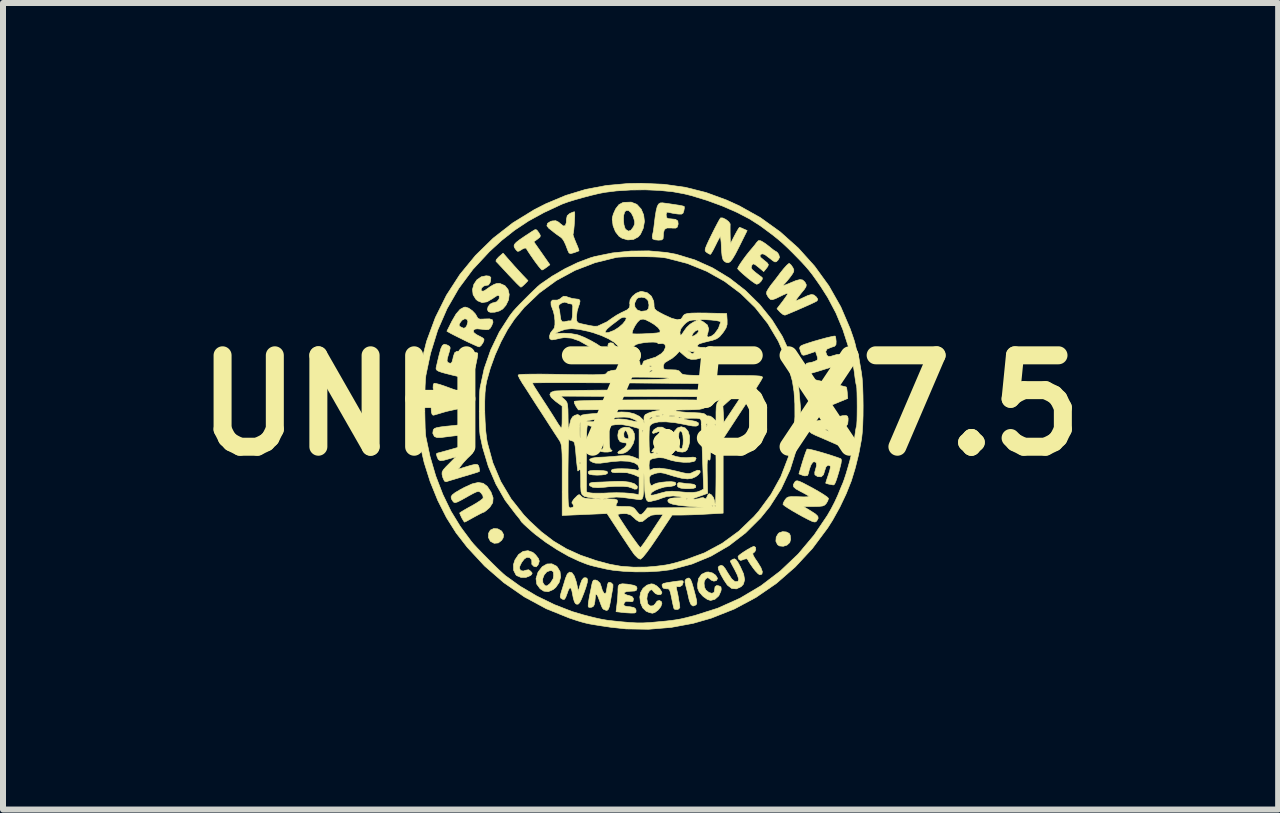
<source format=kicad_pcb>
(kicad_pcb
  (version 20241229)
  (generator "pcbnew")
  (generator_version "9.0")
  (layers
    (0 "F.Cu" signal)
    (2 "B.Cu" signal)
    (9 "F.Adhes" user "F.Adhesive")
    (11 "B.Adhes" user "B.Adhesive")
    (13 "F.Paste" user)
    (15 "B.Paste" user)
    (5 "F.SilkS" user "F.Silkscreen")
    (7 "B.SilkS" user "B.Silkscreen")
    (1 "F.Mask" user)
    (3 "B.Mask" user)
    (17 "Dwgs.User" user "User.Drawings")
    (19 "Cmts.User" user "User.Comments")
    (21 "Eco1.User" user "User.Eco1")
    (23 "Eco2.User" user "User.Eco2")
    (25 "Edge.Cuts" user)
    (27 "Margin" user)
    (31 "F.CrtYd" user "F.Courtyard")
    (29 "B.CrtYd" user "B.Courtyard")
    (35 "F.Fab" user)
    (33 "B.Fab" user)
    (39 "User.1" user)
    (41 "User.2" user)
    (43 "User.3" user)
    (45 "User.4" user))
  (footprint "UNH 7.5X7.5"
    (layer "F.Cu")
    (at 7.627 3.707)
    (property "Reference" "UNH 7.5X7.5" (at 0 0 0) (layer "F.SilkS") (effects (font (size 1.524 1.524) (thickness 0.3))))
    (attr through_hole)
    (fp_poly (pts (xy -2.38 2.058) (xy -2.321 2.091) (xy -2.309 2.105) (xy -2.282 2.157) (xy -2.29 2.208) (xy -2.316 2.25) (xy -2.371 2.293) (xy -2.44 2.299) (xy -2.502 2.266) (xy -2.503 2.265) (xy -2.535 2.203) (xy -2.533 2.131) (xy -2.503 2.079) (xy -2.447 2.053) (xy -2.38 2.058)) (stroke (width 0.01) (type solid)) (fill yes) (layer "F.SilkS"))
    (fp_poly (pts (xy -0.712 1.084) (xy -0.62 1.089) (xy -0.568 1.097) (xy -0.549 1.112) (xy -0.555 1.135) (xy -0.557 1.138) (xy -0.588 1.152) (xy -0.65 1.16) (xy -0.725 1.163) (xy -0.798 1.159) (xy -0.85 1.149) (xy -0.866 1.139) (xy -0.874 1.109) (xy -0.848 1.091) (xy -0.784 1.084) (xy -0.712 1.084)) (stroke (width 0.01) (type solid)) (fill yes) (layer "F.SilkS"))
    (fp_poly (pts (xy 2.43 2.11) (xy 2.478 2.134) (xy 2.495 2.166) (xy 2.5 2.217) (xy 2.502 2.231) (xy 2.487 2.287) (xy 2.441 2.329) (xy 2.379 2.349) (xy 2.316 2.343) (xy 2.284 2.322) (xy 2.256 2.265) (xy 2.261 2.196) (xy 2.295 2.138) (xy 2.311 2.124) (xy 2.368 2.105) (xy 2.43 2.11)) (stroke (width 0.01) (type solid)) (fill yes) (layer "F.SilkS"))
    (fp_poly (pts (xy 0.694 1.293) (xy 0.77 1.305) (xy 0.835 1.308) (xy 0.889 1.316) (xy 0.921 1.339) (xy 0.918 1.368) (xy 0.916 1.371) (xy 0.881 1.383) (xy 0.817 1.389) (xy 0.744 1.388) (xy 0.679 1.381) (xy 0.669 1.379) (xy 0.628 1.362) (xy 0.616 1.347) (xy 0.617 1.308) (xy 0.617 1.303) (xy 0.637 1.287) (xy 0.694 1.293)) (stroke (width 0.01) (type solid)) (fill yes) (layer "F.SilkS"))
    (fp_poly (pts (xy -2.184 -2.414) (xy -2.109 -2.329) (xy -2.027 -2.239) (xy -1.977 -2.185) (xy -1.876 -2.079) (xy -1.927 -2.025) (xy -1.968 -1.987) (xy -1.993 -1.97) (xy -1.994 -1.97) (xy -2.015 -1.987) (xy -2.061 -2.031) (xy -2.125 -2.098) (xy -2.201 -2.178) (xy -2.277 -2.26) (xy -2.342 -2.33) (xy -2.389 -2.38) (xy -2.41 -2.402) (xy -2.405 -2.427) (xy -2.371 -2.466) (xy -2.359 -2.478) (xy -2.291 -2.537) (xy -2.184 -2.414)) (stroke (width 0.01) (type solid)) (fill yes) (layer "F.SilkS"))
    (fp_poly (pts (xy 0.813 2.88) (xy 0.834 2.903) (xy 0.855 2.954) (xy 0.88 3.038) (xy 0.913 3.162) (xy 0.914 3.167) (xy 0.934 3.249) (xy 0.938 3.297) (xy 0.927 3.322) (xy 0.921 3.327) (xy 0.875 3.345) (xy 0.844 3.323) (xy 0.834 3.306) (xy 0.813 3.252) (xy 0.799 3.193) (xy 0.784 3.124) (xy 0.763 3.04) (xy 0.757 3.018) (xy 0.742 2.951) (xy 0.744 2.914) (xy 0.762 2.894) (xy 0.791 2.879) (xy 0.813 2.88)) (stroke (width 0.01) (type solid)) (fill yes) (layer "F.SilkS"))
    (fp_poly (pts (xy -0.185 1.28) (xy -0.103 1.306) (xy -0.058 1.344) (xy -0.052 1.359) (xy -0.06 1.393) (xy -0.098 1.397) (xy -0.147 1.376) (xy -0.205 1.358) (xy -0.298 1.349) (xy -0.414 1.349) (xy -0.54 1.357) (xy -0.587 1.363) (xy -0.711 1.372) (xy -0.798 1.365) (xy -0.846 1.34) (xy -0.855 1.317) (xy -0.842 1.295) (xy -0.797 1.284) (xy -0.73 1.281) (xy -0.64 1.278) (xy -0.529 1.273) (xy -0.427 1.267) (xy -0.295 1.266) (xy -0.185 1.28)) (stroke (width 0.01) (type solid)) (fill yes) (layer "F.SilkS"))
    (fp_poly (pts (xy -2.858 0.321) (xy -2.842 0.356) (xy -2.837 0.38) (xy -2.835 0.45) (xy -2.868 0.489) (xy -2.92 0.494) (xy -2.965 0.495) (xy -3.047 0.502) (xy -3.155 0.514) (xy -3.281 0.53) (xy -3.323 0.536) (xy -3.394 0.536) (xy -3.436 0.519) (xy -3.463 0.465) (xy -3.455 0.409) (xy -3.436 0.386) (xy -3.399 0.372) (xy -3.329 0.359) (xy -3.24 0.348) (xy -3.228 0.347) (xy -3.125 0.337) (xy -3.025 0.326) (xy -2.952 0.317) (xy -2.889 0.311) (xy -2.858 0.321)) (stroke (width 0.01) (type solid)) (fill yes) (layer "F.SilkS"))
    (fp_poly (pts (xy 1.917 2.367) (xy 1.921 2.405) (xy 1.904 2.442) (xy 1.886 2.454) (xy 1.871 2.468) (xy 1.877 2.498) (xy 1.907 2.55) (xy 1.948 2.61) (xy 2.006 2.704) (xy 2.031 2.773) (xy 2.023 2.813) (xy 1.989 2.824) (xy 1.959 2.806) (xy 1.914 2.759) (xy 1.881 2.717) (xy 1.835 2.652) (xy 1.8 2.598) (xy 1.79 2.577) (xy 1.771 2.556) (xy 1.732 2.563) (xy 1.717 2.57) (xy 1.669 2.585) (xy 1.642 2.57) (xy 1.638 2.564) (xy 1.625 2.526) (xy 1.628 2.514) (xy 1.657 2.487) (xy 1.712 2.448) (xy 1.778 2.406) (xy 1.84 2.371) (xy 1.884 2.351) (xy 1.891 2.35) (xy 1.917 2.367)) (stroke (width 0.01) (type solid)) (fill yes) (layer "F.SilkS"))
    (fp_poly (pts (xy -1.401 2.68) (xy -1.388 2.693) (xy -1.342 2.77) (xy -1.332 2.861) (xy -1.357 2.953) (xy -1.414 3.035) (xy -1.458 3.071) (xy -1.539 3.106) (xy -1.614 3.096) (xy -1.674 3.056) (xy -1.73 2.98) (xy -1.742 2.889) (xy -1.631 2.889) (xy -1.629 2.952) (xy -1.609 2.986) (xy -1.581 3.01) (xy -1.556 3.007) (xy -1.517 2.976) (xy -1.503 2.963) (xy -1.456 2.888) (xy -1.448 2.833) (xy -1.453 2.778) (xy -1.475 2.757) (xy -1.507 2.754) (xy -1.562 2.774) (xy -1.606 2.825) (xy -1.631 2.889) (xy -1.742 2.889) (xy -1.742 2.889) (xy -1.711 2.787) (xy -1.704 2.774) (xy -1.638 2.689) (xy -1.56 2.644) (xy -1.479 2.641) (xy -1.401 2.68)) (stroke (width 0.01) (type solid)) (fill yes) (layer "F.SilkS"))
    (fp_poly (pts (xy 0.745 0.377) (xy 0.793 0.433) (xy 0.818 0.515) (xy 0.817 0.614) (xy 0.802 0.679) (xy 0.776 0.741) (xy 0.742 0.77) (xy 0.697 0.779) (xy 0.624 0.771) (xy 0.585 0.747) (xy 0.541 0.678) (xy 0.525 0.594) (xy 0.531 0.53) (xy 0.635 0.53) (xy 0.635 0.602) (xy 0.64 0.667) (xy 0.65 0.707) (xy 0.65 0.708) (xy 0.676 0.729) (xy 0.696 0.709) (xy 0.709 0.649) (xy 0.712 0.582) (xy 0.706 0.498) (xy 0.689 0.444) (xy 0.665 0.426) (xy 0.648 0.436) (xy 0.639 0.468) (xy 0.635 0.53) (xy 0.531 0.53) (xy 0.534 0.508) (xy 0.564 0.432) (xy 0.613 0.377) (xy 0.678 0.356) (xy 0.679 0.356) (xy 0.745 0.377)) (stroke (width 0.01) (type solid)) (fill yes) (layer "F.SilkS"))
    (fp_poly (pts (xy 0.703 2.925) (xy 0.711 2.934) (xy 0.712 2.948) (xy 0.695 2.997) (xy 0.654 3.023) (xy 0.623 3.021) (xy 0.599 3.019) (xy 0.598 3.047) (xy 0.604 3.076) (xy 0.62 3.144) (xy 0.629 3.193) (xy 0.638 3.251) (xy 0.65 3.315) (xy 0.655 3.369) (xy 0.636 3.394) (xy 0.616 3.402) (xy 0.573 3.401) (xy 0.557 3.387) (xy 0.547 3.35) (xy 0.532 3.282) (xy 0.517 3.205) (xy 0.499 3.122) (xy 0.483 3.076) (xy 0.463 3.058) (xy 0.433 3.058) (xy 0.433 3.058) (xy 0.383 3.049) (xy 0.365 3.027) (xy 0.358 2.99) (xy 0.379 2.969) (xy 0.438 2.956) (xy 0.442 2.955) (xy 0.558 2.937) (xy 0.635 2.927) (xy 0.68 2.923) (xy 0.703 2.925)) (stroke (width 0.01) (type solid)) (fill yes) (layer "F.SilkS"))
    (fp_poly (pts (xy -1.796 2.45) (xy -1.747 2.494) (xy -1.702 2.553) (xy -1.688 2.596) (xy -1.7 2.64) (xy -1.71 2.661) (xy -1.739 2.692) (xy -1.779 2.683) (xy -1.78 2.682) (xy -1.813 2.648) (xy -1.812 2.622) (xy -1.814 2.574) (xy -1.848 2.538) (xy -1.896 2.532) (xy -1.939 2.562) (xy -1.982 2.618) (xy -2.012 2.68) (xy -2.018 2.714) (xy -2 2.753) (xy -1.955 2.762) (xy -1.914 2.748) (xy -1.866 2.74) (xy -1.831 2.765) (xy -1.806 2.797) (xy -1.818 2.822) (xy -1.838 2.838) (xy -1.911 2.868) (xy -1.992 2.868) (xy -2.062 2.839) (xy -2.077 2.825) (xy -2.116 2.748) (xy -2.118 2.653) (xy -2.093 2.576) (xy -2.033 2.486) (xy -1.958 2.434) (xy -1.876 2.422) (xy -1.796 2.45)) (stroke (width 0.01) (type solid)) (fill yes) (layer "F.SilkS"))
    (fp_poly (pts (xy -1.73 -2.924) (xy -1.699 -2.883) (xy -1.697 -2.881) (xy -1.671 -2.835) (xy -1.675 -2.807) (xy -1.714 -2.774) (xy -1.717 -2.772) (xy -1.779 -2.727) (xy -1.645 -2.536) (xy -1.511 -2.344) (xy -1.569 -2.3) (xy -1.614 -2.269) (xy -1.642 -2.256) (xy -1.662 -2.274) (xy -1.702 -2.322) (xy -1.754 -2.391) (xy -1.778 -2.425) (xy -1.833 -2.504) (xy -1.876 -2.569) (xy -1.902 -2.611) (xy -1.905 -2.618) (xy -1.928 -2.623) (xy -1.974 -2.603) (xy -1.98 -2.598) (xy -2.027 -2.57) (xy -2.053 -2.569) (xy -2.077 -2.595) (xy -2.08 -2.599) (xy -2.101 -2.63) (xy -2.109 -2.657) (xy -2.101 -2.685) (xy -2.071 -2.718) (xy -2.014 -2.762) (xy -1.928 -2.821) (xy -1.806 -2.901) (xy -1.801 -2.904) (xy -1.757 -2.93) (xy -1.73 -2.924)) (stroke (width 0.01) (type solid)) (fill yes) (layer "F.SilkS"))
    (fp_poly (pts (xy -0.188 0.371) (xy -0.134 0.409) (xy -0.104 0.471) (xy -0.099 0.549) (xy -0.12 0.632) (xy -0.167 0.713) (xy -0.227 0.771) (xy -0.275 0.795) (xy -0.328 0.806) (xy -0.369 0.802) (xy -0.38 0.787) (xy -0.361 0.764) (xy -0.322 0.741) (xy -0.268 0.704) (xy -0.24 0.669) (xy -0.228 0.635) (xy -0.251 0.624) (xy -0.276 0.623) (xy -0.34 0.606) (xy -0.373 0.554) (xy -0.379 0.499) (xy -0.376 0.479) (xy -0.28 0.479) (xy -0.275 0.531) (xy -0.245 0.551) (xy -0.208 0.558) (xy -0.197 0.546) (xy -0.205 0.504) (xy -0.21 0.485) (xy -0.233 0.43) (xy -0.257 0.419) (xy -0.276 0.452) (xy -0.28 0.479) (xy -0.376 0.479) (xy -0.366 0.423) (xy -0.322 0.381) (xy -0.266 0.365) (xy -0.188 0.371)) (stroke (width 0.01) (type solid)) (fill yes) (layer "F.SilkS"))
    (fp_poly (pts (xy 0.216 2.98) (xy 0.27 3.01) (xy 0.321 3.059) (xy 0.352 3.108) (xy 0.356 3.126) (xy 0.339 3.152) (xy 0.298 3.156) (xy 0.251 3.139) (xy 0.218 3.107) (xy 0.191 3.073) (xy 0.165 3.078) (xy 0.144 3.097) (xy 0.115 3.149) (xy 0.105 3.223) (xy 0.117 3.295) (xy 0.128 3.319) (xy 0.167 3.345) (xy 0.214 3.339) (xy 0.248 3.304) (xy 0.249 3.3) (xy 0.277 3.262) (xy 0.316 3.252) (xy 0.348 3.272) (xy 0.356 3.301) (xy 0.338 3.355) (xy 0.293 3.411) (xy 0.238 3.453) (xy 0.197 3.465) (xy 0.145 3.453) (xy 0.093 3.431) (xy 0.036 3.375) (xy -0.001 3.291) (xy -0.012 3.195) (xy 0.001 3.12) (xy 0.042 3.049) (xy 0.106 2.997) (xy 0.177 2.975) (xy 0.216 2.98)) (stroke (width 0.01) (type solid)) (fill yes) (layer "F.SilkS"))
    (fp_poly (pts (xy 1.591 2.572) (xy 1.622 2.614) (xy 1.663 2.689) (xy 1.718 2.811) (xy 1.735 2.907) (xy 1.715 2.98) (xy 1.679 3.02) (xy 1.598 3.059) (xy 1.52 3.052) (xy 1.45 2.998) (xy 1.44 2.985) (xy 1.392 2.914) (xy 1.343 2.829) (xy 1.33 2.804) (xy 1.3 2.738) (xy 1.294 2.7) (xy 1.309 2.68) (xy 1.309 2.68) (xy 1.344 2.666) (xy 1.375 2.678) (xy 1.411 2.721) (xy 1.459 2.801) (xy 1.461 2.803) (xy 1.519 2.892) (xy 1.571 2.935) (xy 1.585 2.939) (xy 1.625 2.934) (xy 1.636 2.899) (xy 1.616 2.833) (xy 1.567 2.733) (xy 1.566 2.732) (xy 1.529 2.664) (xy 1.504 2.615) (xy 1.496 2.596) (xy 1.513 2.581) (xy 1.54 2.565) (xy 1.566 2.558) (xy 1.591 2.572)) (stroke (width 0.01) (type solid)) (fill yes) (layer "F.SilkS"))
    (fp_poly (pts (xy 1.197 2.793) (xy 1.252 2.831) (xy 1.281 2.879) (xy 1.282 2.889) (xy 1.263 2.921) (xy 1.222 2.93) (xy 1.178 2.913) (xy 1.172 2.908) (xy 1.135 2.879) (xy 1.117 2.872) (xy 1.085 2.892) (xy 1.062 2.937) (xy 1.059 2.967) (xy 1.064 3.019) (xy 1.065 3.031) (xy 1.09 3.079) (xy 1.14 3.119) (xy 1.189 3.133) (xy 1.226 3.118) (xy 1.234 3.078) (xy 1.242 3.022) (xy 1.27 3.003) (xy 1.308 3.009) (xy 1.34 3.026) (xy 1.345 3.063) (xy 1.34 3.095) (xy 1.304 3.175) (xy 1.24 3.232) (xy 1.167 3.252) (xy 1.114 3.235) (xy 1.05 3.19) (xy 1.03 3.171) (xy 0.978 3.111) (xy 0.954 3.053) (xy 0.95 2.986) (xy 0.967 2.886) (xy 1.018 2.816) (xy 1.095 2.78) (xy 1.131 2.777) (xy 1.197 2.793)) (stroke (width 0.01) (type solid)) (fill yes) (layer "F.SilkS"))
    (fp_poly (pts (xy -1.143 2.79) (xy -1.105 2.843) (xy -1.073 2.936) (xy -1.066 2.963) (xy -1.038 3.098) (xy -1.005 2.985) (xy -0.978 2.913) (xy -0.95 2.878) (xy -0.925 2.872) (xy -0.895 2.879) (xy -0.883 2.904) (xy -0.888 2.953) (xy -0.911 3.034) (xy -0.946 3.132) (xy -0.985 3.23) (xy -1.015 3.289) (xy -1.041 3.314) (xy -1.069 3.313) (xy -1.083 3.305) (xy -1.103 3.273) (xy -1.121 3.211) (xy -1.127 3.181) (xy -1.145 3.089) (xy -1.163 3.044) (xy -1.183 3.043) (xy -1.206 3.087) (xy -1.221 3.13) (xy -1.247 3.199) (xy -1.267 3.232) (xy -1.29 3.235) (xy -1.306 3.228) (xy -1.332 3.211) (xy -1.339 3.185) (xy -1.329 3.139) (xy -1.315 3.092) (xy -1.287 3.002) (xy -1.26 2.913) (xy -1.253 2.888) (xy -1.221 2.811) (xy -1.183 2.779) (xy -1.143 2.79)) (stroke (width 0.01) (type solid)) (fill yes) (layer "F.SilkS"))
    (fp_poly (pts (xy -0.061 -3.35) (xy 0.011 -3.271) (xy 0.052 -3.174) (xy 0.065 -3.065) (xy 0.045 -2.952) (xy -0.001 -2.852) (xy -0.038 -2.809) (xy -0.117 -2.766) (xy -0.212 -2.758) (xy -0.307 -2.785) (xy -0.359 -2.819) (xy -0.418 -2.894) (xy -0.458 -2.995) (xy -0.47 -3.091) (xy -0.285 -3.091) (xy -0.277 -3.011) (xy -0.258 -2.949) (xy -0.246 -2.932) (xy -0.201 -2.904) (xy -0.16 -2.919) (xy -0.119 -2.974) (xy -0.099 -3.02) (xy -0.098 -3.064) (xy -0.116 -3.128) (xy -0.119 -3.138) (xy -0.155 -3.209) (xy -0.198 -3.247) (xy -0.24 -3.248) (xy -0.264 -3.225) (xy -0.281 -3.169) (xy -0.285 -3.091) (xy -0.47 -3.091) (xy -0.472 -3.101) (xy -0.47 -3.129) (xy -0.453 -3.191) (xy -0.42 -3.264) (xy -0.411 -3.281) (xy -0.36 -3.346) (xy -0.298 -3.379) (xy -0.275 -3.384) (xy -0.156 -3.388) (xy -0.061 -3.35)) (stroke (width 0.01) (type solid)) (fill yes) (layer "F.SilkS"))
    (fp_poly (pts (xy -1.097 -3.207) (xy -1.097 -3.152) (xy -1.101 -3.078) (xy -1.106 -2.997) (xy -1.113 -2.923) (xy -1.12 -2.871) (xy -1.126 -2.854) (xy -1.122 -2.83) (xy -1.102 -2.774) (xy -1.077 -2.713) (xy -1.047 -2.643) (xy -1.029 -2.593) (xy -1.026 -2.576) (xy -1.051 -2.566) (xy -1.102 -2.547) (xy -1.111 -2.544) (xy -1.164 -2.53) (xy -1.192 -2.54) (xy -1.211 -2.58) (xy -1.212 -2.582) (xy -1.249 -2.679) (xy -1.279 -2.742) (xy -1.307 -2.782) (xy -1.341 -2.811) (xy -1.345 -2.813) (xy -1.403 -2.854) (xy -1.444 -2.885) (xy -1.497 -2.928) (xy -1.529 -2.952) (xy -1.561 -2.993) (xy -1.55 -3.034) (xy -1.5 -3.066) (xy -1.472 -3.074) (xy -1.413 -3.078) (xy -1.365 -3.054) (xy -1.336 -3.028) (xy -1.287 -2.99) (xy -1.254 -2.996) (xy -1.238 -3.044) (xy -1.235 -3.1) (xy -1.222 -3.162) (xy -1.179 -3.199) (xy -1.174 -3.201) (xy -1.126 -3.221) (xy -1.101 -3.228) (xy -1.097 -3.207)) (stroke (width 0.01) (type solid)) (fill yes) (layer "F.SilkS"))
    (fp_poly (pts (xy -0.221 2.98) (xy -0.189 2.985) (xy -0.113 2.999) (xy -0.073 3.016) (xy -0.06 3.041) (xy -0.059 3.051) (xy -0.067 3.08) (xy -0.096 3.094) (xy -0.161 3.098) (xy -0.164 3.098) (xy -0.237 3.105) (xy -0.273 3.122) (xy -0.27 3.143) (xy -0.224 3.163) (xy -0.203 3.167) (xy -0.143 3.186) (xy -0.12 3.216) (xy -0.119 3.232) (xy -0.126 3.266) (xy -0.157 3.273) (xy -0.188 3.268) (xy -0.244 3.266) (xy -0.271 3.291) (xy -0.271 3.292) (xy -0.28 3.325) (xy -0.266 3.343) (xy -0.22 3.353) (xy -0.175 3.357) (xy -0.111 3.369) (xy -0.082 3.393) (xy -0.075 3.415) (xy -0.076 3.448) (xy -0.1 3.461) (xy -0.159 3.462) (xy -0.244 3.457) (xy -0.326 3.449) (xy -0.329 3.448) (xy -0.408 3.439) (xy -0.39 3.292) (xy -0.381 3.199) (xy -0.376 3.112) (xy -0.376 3.067) (xy -0.372 3.014) (xy -0.351 2.984) (xy -0.303 2.974) (xy -0.221 2.98)) (stroke (width 0.01) (type solid)) (fill yes) (layer "F.SilkS"))
    (fp_poly (pts (xy 2.855 -0.439) (xy 2.899 -0.429) (xy 2.978 -0.411) (xy 3.079 -0.389) (xy 3.165 -0.37) (xy 3.269 -0.346) (xy 3.355 -0.325) (xy 3.412 -0.311) (xy 3.431 -0.304) (xy 3.438 -0.278) (xy 3.445 -0.222) (xy 3.446 -0.206) (xy 3.454 -0.115) (xy 3.193 -0.008) (xy 3.063 0.044) (xy 2.971 0.081) (xy 2.91 0.103) (xy 2.873 0.113) (xy 2.855 0.112) (xy 2.847 0.103) (xy 2.846 0.092) (xy 2.846 0.02) (xy 2.857 -0.039) (xy 2.875 -0.067) (xy 2.875 -0.067) (xy 2.929 -0.107) (xy 2.951 -0.164) (xy 2.945 -0.198) (xy 3.086 -0.198) (xy 3.093 -0.173) (xy 3.122 -0.172) (xy 3.168 -0.188) (xy 3.196 -0.202) (xy 3.184 -0.211) (xy 3.151 -0.218) (xy 3.1 -0.22) (xy 3.086 -0.198) (xy 2.945 -0.198) (xy 2.941 -0.224) (xy 2.899 -0.269) (xy 2.878 -0.279) (xy 2.831 -0.31) (xy 2.811 -0.369) (xy 2.81 -0.375) (xy 2.808 -0.427) (xy 2.823 -0.444) (xy 2.855 -0.439)) (stroke (width 0.01) (type solid)) (fill yes) (layer "F.SilkS"))
    (fp_poly (pts (xy 3.452 0.182) (xy 3.46 0.218) (xy 3.459 0.255) (xy 3.453 0.309) (xy 3.434 0.338) (xy 3.389 0.353) (xy 3.347 0.361) (xy 3.259 0.375) (xy 3.175 0.39) (xy 3.158 0.393) (xy 3.077 0.407) (xy 3.24 0.476) (xy 3.321 0.512) (xy 3.384 0.543) (xy 3.417 0.562) (xy 3.419 0.563) (xy 3.425 0.598) (xy 3.42 0.644) (xy 3.404 0.687) (xy 3.375 0.693) (xy 3.35 0.685) (xy 3.287 0.66) (xy 3.219 0.63) (xy 3.155 0.602) (xy 3.07 0.565) (xy 3.015 0.541) (xy 2.914 0.498) (xy 2.85 0.466) (xy 2.816 0.439) (xy 2.805 0.41) (xy 2.81 0.373) (xy 2.815 0.355) (xy 2.84 0.301) (xy 2.87 0.272) (xy 2.873 0.271) (xy 2.919 0.263) (xy 2.985 0.25) (xy 2.991 0.249) (xy 3.062 0.235) (xy 3.12 0.225) (xy 3.122 0.225) (xy 3.174 0.215) (xy 3.248 0.199) (xy 3.276 0.193) (xy 3.368 0.172) (xy 3.424 0.168) (xy 3.452 0.182)) (stroke (width 0.01) (type solid)) (fill yes) (layer "F.SilkS"))
    (fp_poly (pts (xy -2.781 0.683) (xy -2.779 0.736) (xy -2.801 0.794) (xy -2.835 0.834) (xy -2.885 0.881) (xy -2.944 0.945) (xy -2.966 0.971) (xy -3.039 1.064) (xy -2.926 1.029) (xy -2.826 0.999) (xy -2.761 0.984) (xy -2.723 0.985) (xy -2.703 1.001) (xy -2.692 1.033) (xy -2.684 1.081) (xy -2.686 1.102) (xy -2.71 1.111) (xy -2.771 1.131) (xy -2.859 1.158) (xy -2.951 1.185) (xy -3.057 1.217) (xy -3.148 1.244) (xy -3.213 1.264) (xy -3.24 1.273) (xy -3.269 1.262) (xy -3.295 1.204) (xy -3.298 1.195) (xy -3.309 1.147) (xy -3.307 1.111) (xy -3.287 1.074) (xy -3.242 1.023) (xy -3.2 0.981) (xy -3.078 0.857) (xy -3.193 0.891) (xy -3.282 0.916) (xy -3.337 0.922) (xy -3.37 0.904) (xy -3.391 0.858) (xy -3.404 0.809) (xy -3.387 0.797) (xy -3.371 0.792) (xy -3.334 0.783) (xy -3.263 0.763) (xy -3.169 0.737) (xy -3.086 0.713) (xy -2.982 0.685) (xy -2.893 0.664) (xy -2.831 0.652) (xy -2.807 0.652) (xy -2.781 0.683)) (stroke (width 0.01) (type solid)) (fill yes) (layer "F.SilkS"))
    (fp_poly (pts (xy -2.518 -2.154) (xy -2.495 -2.13) (xy -2.5 -2.077) (xy -2.507 -2.048) (xy -2.536 -2.006) (xy -2.569 -2.001) (xy -2.612 -1.99) (xy -2.647 -1.959) (xy -2.658 -1.923) (xy -2.651 -1.907) (xy -2.62 -1.904) (xy -2.592 -1.918) (xy -2.504 -1.98) (xy -2.442 -2.016) (xy -2.395 -2.032) (xy -2.354 -2.033) (xy -2.342 -2.031) (xy -2.261 -1.996) (xy -2.209 -1.932) (xy -2.189 -1.85) (xy -2.2 -1.759) (xy -2.244 -1.668) (xy -2.297 -1.607) (xy -2.356 -1.573) (xy -2.43 -1.553) (xy -2.5 -1.551) (xy -2.535 -1.562) (xy -2.553 -1.597) (xy -2.541 -1.644) (xy -2.508 -1.687) (xy -2.464 -1.709) (xy -2.456 -1.709) (xy -2.396 -1.727) (xy -2.358 -1.772) (xy -2.354 -1.817) (xy -2.365 -1.835) (xy -2.392 -1.829) (xy -2.444 -1.796) (xy -2.463 -1.782) (xy -2.559 -1.726) (xy -2.641 -1.713) (xy -2.713 -1.742) (xy -2.743 -1.767) (xy -2.791 -1.844) (xy -2.801 -1.932) (xy -2.778 -2.018) (xy -2.728 -2.092) (xy -2.655 -2.143) (xy -2.574 -2.16) (xy -2.518 -2.154)) (stroke (width 0.01) (type solid)) (fill yes) (layer "F.SilkS"))
    (fp_poly (pts (xy -0.721 2.921) (xy -0.676 2.962) (xy -0.655 3.022) (xy -0.636 3.086) (xy -0.61 3.129) (xy -0.608 3.131) (xy -0.586 3.139) (xy -0.572 3.114) (xy -0.563 3.061) (xy -0.551 2.989) (xy -0.537 2.955) (xy -0.514 2.95) (xy -0.489 2.958) (xy -0.46 2.987) (xy -0.461 3.036) (xy -0.471 3.091) (xy -0.486 3.175) (xy -0.5 3.258) (xy -0.517 3.345) (xy -0.534 3.395) (xy -0.555 3.416) (xy -0.571 3.418) (xy -0.618 3.399) (xy -0.637 3.377) (xy -0.658 3.327) (xy -0.683 3.258) (xy -0.687 3.247) (xy -0.714 3.178) (xy -0.735 3.147) (xy -0.749 3.158) (xy -0.752 3.177) (xy -0.761 3.27) (xy -0.773 3.326) (xy -0.792 3.355) (xy -0.822 3.366) (xy -0.826 3.367) (xy -0.861 3.367) (xy -0.873 3.348) (xy -0.87 3.296) (xy -0.868 3.284) (xy -0.857 3.215) (xy -0.848 3.163) (xy -0.846 3.157) (xy -0.837 3.112) (xy -0.823 3.044) (xy -0.819 3.02) (xy -0.803 2.948) (xy -0.785 2.914) (xy -0.754 2.91) (xy -0.721 2.921)) (stroke (width 0.01) (type solid)) (fill yes) (layer "F.SilkS"))
    (fp_poly (pts (xy 0.386 -3.373) (xy 0.418 -3.369) (xy 0.482 -3.36) (xy 0.561 -3.348) (xy 0.642 -3.336) (xy 0.702 -3.324) (xy 0.728 -3.316) (xy 0.73 -3.288) (xy 0.722 -3.243) (xy 0.708 -3.204) (xy 0.683 -3.188) (xy 0.63 -3.189) (xy 0.605 -3.192) (xy 0.533 -3.203) (xy 0.476 -3.215) (xy 0.465 -3.219) (xy 0.437 -3.219) (xy 0.427 -3.182) (xy 0.427 -3.172) (xy 0.434 -3.129) (xy 0.463 -3.112) (xy 0.504 -3.109) (xy 0.582 -3.101) (xy 0.621 -3.074) (xy 0.627 -3.023) (xy 0.624 -3.011) (xy 0.612 -2.971) (xy 0.587 -2.955) (xy 0.533 -2.955) (xy 0.515 -2.957) (xy 0.44 -2.957) (xy 0.398 -2.932) (xy 0.382 -2.873) (xy 0.38 -2.831) (xy 0.376 -2.779) (xy 0.353 -2.758) (xy 0.298 -2.754) (xy 0.239 -2.76) (xy 0.203 -2.775) (xy 0.202 -2.778) (xy 0.195 -2.819) (xy 0.2 -2.843) (xy 0.211 -2.891) (xy 0.222 -2.964) (xy 0.225 -2.991) (xy 0.243 -3.138) (xy 0.26 -3.243) (xy 0.278 -3.314) (xy 0.3 -3.355) (xy 0.329 -3.374) (xy 0.367 -3.376) (xy 0.386 -3.373)) (stroke (width 0.01) (type solid)) (fill yes) (layer "F.SilkS"))
    (fp_poly (pts (xy 1.371 -3.124) (xy 1.422 -3.099) (xy 1.468 -3.063) (xy 1.493 -3.027) (xy 1.494 -3.019) (xy 1.493 -2.975) (xy 1.493 -2.901) (xy 1.494 -2.837) (xy 1.498 -2.694) (xy 1.568 -2.831) (xy 1.606 -2.901) (xy 1.635 -2.95) (xy 1.649 -2.967) (xy 1.676 -2.959) (xy 1.718 -2.94) (xy 1.777 -2.914) (xy 1.643 -2.644) (xy 1.581 -2.523) (xy 1.533 -2.442) (xy 1.495 -2.394) (xy 1.46 -2.377) (xy 1.425 -2.384) (xy 1.394 -2.404) (xy 1.373 -2.433) (xy 1.359 -2.489) (xy 1.35 -2.579) (xy 1.348 -2.627) (xy 1.344 -2.714) (xy 1.337 -2.779) (xy 1.331 -2.811) (xy 1.329 -2.812) (xy 1.313 -2.789) (xy 1.283 -2.734) (xy 1.247 -2.661) (xy 1.21 -2.588) (xy 1.18 -2.536) (xy 1.163 -2.516) (xy 1.163 -2.516) (xy 1.135 -2.529) (xy 1.102 -2.55) (xy 1.084 -2.566) (xy 1.076 -2.586) (xy 1.081 -2.617) (xy 1.101 -2.668) (xy 1.137 -2.747) (xy 1.187 -2.849) (xy 1.238 -2.951) (xy 1.283 -3.037) (xy 1.316 -3.097) (xy 1.334 -3.124) (xy 1.335 -3.125) (xy 1.371 -3.124)) (stroke (width 0.01) (type solid)) (fill yes) (layer "F.SilkS"))
    (fp_poly (pts (xy -3.412 -0.365) (xy -3.349 -0.349) (xy -3.263 -0.32) (xy -3.2 -0.297) (xy -3.104 -0.262) (xy -3.024 -0.234) (xy -2.97 -0.217) (xy -2.955 -0.214) (xy -2.911 -0.2) (xy -2.868 -0.168) (xy -2.842 -0.132) (xy -2.842 -0.111) (xy -2.853 -0.066) (xy -2.853 -0.033) (xy -2.854 -0.007) (xy -2.873 0.012) (xy -2.919 0.03) (xy -2.999 0.049) (xy -3.031 0.056) (xy -3.123 0.076) (xy -3.2 0.093) (xy -3.247 0.104) (xy -3.252 0.106) (xy -3.298 0.119) (xy -3.363 0.139) (xy -3.371 0.141) (xy -3.427 0.158) (xy -3.453 0.164) (xy -3.464 0.16) (xy -3.474 0.15) (xy -3.485 0.118) (xy -3.49 0.061) (xy -3.49 0.059) (xy -3.487 0.016) (xy -3.471 -0.01) (xy -3.43 -0.028) (xy -3.355 -0.047) (xy -3.353 -0.048) (xy -3.27 -0.067) (xy -3.201 -0.082) (xy -3.171 -0.088) (xy -3.132 -0.097) (xy -3.124 -0.108) (xy -3.151 -0.125) (xy -3.216 -0.15) (xy -3.28 -0.171) (xy -3.369 -0.203) (xy -3.422 -0.228) (xy -3.448 -0.253) (xy -3.457 -0.285) (xy -3.458 -0.292) (xy -3.455 -0.343) (xy -3.442 -0.368) (xy -3.412 -0.365)) (stroke (width 0.01) (type solid)) (fill yes) (layer "F.SilkS"))
    (fp_poly (pts (xy -2.623 1.299) (xy -2.555 1.35) (xy -2.495 1.441) (xy -2.493 1.444) (xy -2.458 1.542) (xy -2.464 1.623) (xy -2.512 1.698) (xy -2.522 1.708) (xy -2.571 1.752) (xy -2.606 1.778) (xy -2.613 1.78) (xy -2.641 1.791) (xy -2.698 1.82) (xy -2.772 1.86) (xy -2.777 1.863) (xy -2.851 1.904) (xy -2.906 1.934) (xy -2.933 1.946) (xy -2.933 1.947) (xy -2.949 1.928) (xy -2.976 1.882) (xy -2.979 1.877) (xy -3.003 1.825) (xy -3.015 1.795) (xy -3.015 1.794) (xy -2.995 1.779) (xy -2.943 1.747) (xy -2.868 1.704) (xy -2.825 1.681) (xy -2.74 1.632) (xy -2.671 1.587) (xy -2.63 1.554) (xy -2.623 1.545) (xy -2.628 1.504) (xy -2.656 1.464) (xy -2.679 1.443) (xy -2.702 1.435) (xy -2.735 1.442) (xy -2.786 1.466) (xy -2.867 1.51) (xy -2.9 1.529) (xy -2.992 1.58) (xy -3.052 1.61) (xy -3.089 1.621) (xy -3.111 1.616) (xy -3.127 1.599) (xy -3.152 1.559) (xy -3.158 1.525) (xy -3.139 1.493) (xy -3.091 1.455) (xy -3.008 1.406) (xy -2.937 1.368) (xy -2.808 1.309) (xy -2.706 1.285) (xy -2.623 1.299)) (stroke (width 0.01) (type solid)) (fill yes) (layer "F.SilkS"))
    (fp_poly (pts (xy 2.647 1.266) (xy 2.704 1.292) (xy 2.79 1.337) (xy 2.869 1.379) (xy 2.969 1.436) (xy 3.051 1.486) (xy 3.109 1.526) (xy 3.133 1.55) (xy 3.133 1.552) (xy 3.121 1.591) (xy 3.097 1.633) (xy 3.071 1.661) (xy 3.035 1.677) (xy 2.976 1.684) (xy 2.889 1.686) (xy 2.718 1.687) (xy 2.843 1.763) (xy 2.918 1.812) (xy 2.955 1.849) (xy 2.961 1.882) (xy 2.94 1.921) (xy 2.936 1.927) (xy 2.92 1.941) (xy 2.896 1.944) (xy 2.858 1.933) (xy 2.797 1.904) (xy 2.707 1.857) (xy 2.64 1.82) (xy 2.54 1.763) (xy 2.457 1.712) (xy 2.399 1.673) (xy 2.375 1.651) (xy 2.374 1.649) (xy 2.386 1.613) (xy 2.412 1.57) (xy 2.435 1.543) (xy 2.465 1.527) (xy 2.513 1.521) (xy 2.592 1.522) (xy 2.635 1.523) (xy 2.721 1.526) (xy 2.783 1.524) (xy 2.812 1.52) (xy 2.812 1.518) (xy 2.788 1.501) (xy 2.734 1.47) (xy 2.672 1.438) (xy 2.592 1.394) (xy 2.552 1.358) (xy 2.546 1.323) (xy 2.57 1.28) (xy 2.573 1.276) (xy 2.589 1.261) (xy 2.611 1.257) (xy 2.647 1.266)) (stroke (width 0.01) (type solid)) (fill yes) (layer "F.SilkS"))
    (fp_poly (pts (xy 2.802 0.73) (xy 2.865 0.743) (xy 2.953 0.766) (xy 3.057 0.796) (xy 3.167 0.83) (xy 3.275 0.866) (xy 3.339 0.889) (xy 3.349 0.911) (xy 3.342 0.968) (xy 3.318 1.063) (xy 3.311 1.09) (xy 3.278 1.2) (xy 3.254 1.27) (xy 3.236 1.31) (xy 3.22 1.325) (xy 3.209 1.326) (xy 3.175 1.319) (xy 3.139 1.313) (xy 3.098 1.302) (xy 3.086 1.296) (xy 3.093 1.272) (xy 3.111 1.216) (xy 3.131 1.157) (xy 3.154 1.084) (xy 3.165 1.031) (xy 3.163 1.011) (xy 3.125 0.996) (xy 3.092 1.023) (xy 3.073 1.079) (xy 3.049 1.156) (xy 3.011 1.191) (xy 2.955 1.187) (xy 2.947 1.184) (xy 2.906 1.157) (xy 2.904 1.115) (xy 2.905 1.11) (xy 2.924 1.042) (xy 2.934 1.006) (xy 2.93 0.958) (xy 2.908 0.941) (xy 2.875 0.944) (xy 2.845 0.986) (xy 2.835 1.008) (xy 2.813 1.072) (xy 2.801 1.121) (xy 2.801 1.125) (xy 2.785 1.168) (xy 2.738 1.176) (xy 2.699 1.165) (xy 2.64 1.142) (xy 2.699 0.945) (xy 2.728 0.854) (xy 2.754 0.78) (xy 2.772 0.736) (xy 2.776 0.729) (xy 2.802 0.73)) (stroke (width 0.01) (type solid)) (fill yes) (layer "F.SilkS"))
    (fp_poly (pts (xy -2.864 -1.62) (xy -2.802 -1.576) (xy -2.75 -1.52) (xy -2.73 -1.483) (xy -2.71 -1.45) (xy -2.677 -1.437) (xy -2.613 -1.439) (xy -2.607 -1.44) (xy -2.517 -1.442) (xy -2.469 -1.426) (xy -2.459 -1.387) (xy -2.48 -1.33) (xy -2.506 -1.286) (xy -2.532 -1.265) (xy -2.576 -1.261) (xy -2.646 -1.269) (xy -2.722 -1.276) (xy -2.764 -1.27) (xy -2.784 -1.251) (xy -2.786 -1.247) (xy -2.781 -1.216) (xy -2.739 -1.182) (xy -2.697 -1.16) (xy -2.636 -1.128) (xy -2.61 -1.105) (xy -2.612 -1.076) (xy -2.628 -1.041) (xy -2.66 -0.995) (xy -2.689 -0.975) (xy -2.69 -0.975) (xy -2.723 -0.986) (xy -2.786 -1.014) (xy -2.871 -1.053) (xy -2.92 -1.077) (xy -3.015 -1.124) (xy -3.099 -1.166) (xy -3.159 -1.197) (xy -3.175 -1.206) (xy -3.228 -1.236) (xy -3.172 -1.347) (xy -3.024 -1.347) (xy -3.02 -1.323) (xy -2.997 -1.307) (xy -2.947 -1.285) (xy -2.917 -1.297) (xy -2.895 -1.331) (xy -2.877 -1.394) (xy -2.892 -1.434) (xy -2.929 -1.444) (xy -2.975 -1.42) (xy -3 -1.39) (xy -3.024 -1.347) (xy -3.172 -1.347) (xy -3.146 -1.4) (xy -3.075 -1.523) (xy -3.007 -1.601) (xy -2.941 -1.636) (xy -2.918 -1.638) (xy -2.864 -1.62)) (stroke (width 0.01) (type solid)) (fill yes) (layer "F.SilkS"))
    (fp_poly (pts (xy -3.23 -1.009) (xy -3.205 -0.997) (xy -3.181 -0.981) (xy -3.173 -0.957) (xy -3.182 -0.912) (xy -3.2 -0.853) (xy -3.221 -0.781) (xy -3.225 -0.74) (xy -3.213 -0.718) (xy -3.205 -0.712) (xy -3.169 -0.699) (xy -3.144 -0.719) (xy -3.127 -0.779) (xy -3.122 -0.807) (xy -3.099 -0.877) (xy -3.06 -0.903) (xy -3.003 -0.886) (xy -2.992 -0.879) (xy -2.971 -0.856) (xy -2.97 -0.815) (xy -2.982 -0.762) (xy -2.996 -0.699) (xy -2.991 -0.666) (xy -2.973 -0.654) (xy -2.93 -0.649) (xy -2.903 -0.681) (xy -2.888 -0.736) (xy -2.871 -0.818) (xy -2.856 -0.864) (xy -2.836 -0.883) (xy -2.805 -0.886) (xy -2.789 -0.885) (xy -2.738 -0.879) (xy -2.714 -0.871) (xy -2.714 -0.844) (xy -2.723 -0.785) (xy -2.739 -0.706) (xy -2.759 -0.621) (xy -2.78 -0.543) (xy -2.798 -0.486) (xy -2.805 -0.469) (xy -2.841 -0.433) (xy -2.885 -0.43) (xy -2.901 -0.44) (xy -2.932 -0.455) (xy -2.958 -0.463) (xy -3.116 -0.499) (xy -3.234 -0.528) (xy -3.316 -0.551) (xy -3.369 -0.57) (xy -3.398 -0.589) (xy -3.408 -0.607) (xy -3.408 -0.625) (xy -3.397 -0.673) (xy -3.379 -0.751) (xy -3.357 -0.842) (xy -3.355 -0.849) (xy -3.329 -0.944) (xy -3.303 -0.999) (xy -3.272 -1.019) (xy -3.23 -1.009)) (stroke (width 0.01) (type solid)) (fill yes) (layer "F.SilkS"))
    (fp_poly (pts (xy 3.254 -1.125) (xy 3.26 -1.069) (xy 3.26 -1.065) (xy 3.258 -1.014) (xy 3.236 -0.986) (xy 3.181 -0.968) (xy 3.175 -0.966) (xy 3.108 -0.938) (xy 3.086 -0.894) (xy 3.107 -0.834) (xy 3.108 -0.834) (xy 3.132 -0.814) (xy 3.174 -0.818) (xy 3.206 -0.828) (xy 3.278 -0.849) (xy 3.321 -0.848) (xy 3.348 -0.819) (xy 3.364 -0.783) (xy 3.377 -0.735) (xy 3.366 -0.702) (xy 3.324 -0.678) (xy 3.242 -0.653) (xy 3.24 -0.652) (xy 3.2 -0.641) (xy 3.171 -0.633) (xy 3.139 -0.624) (xy 3.093 -0.61) (xy 3.019 -0.587) (xy 2.977 -0.574) (xy 2.893 -0.549) (xy 2.829 -0.531) (xy 2.796 -0.522) (xy 2.795 -0.522) (xy 2.779 -0.542) (xy 2.758 -0.591) (xy 2.756 -0.598) (xy 2.745 -0.665) (xy 2.77 -0.702) (xy 2.817 -0.712) (xy 2.86 -0.72) (xy 2.905 -0.735) (xy 2.946 -0.756) (xy 2.953 -0.786) (xy 2.941 -0.828) (xy 2.916 -0.899) (xy 2.82 -0.865) (xy 2.749 -0.841) (xy 2.71 -0.835) (xy 2.687 -0.852) (xy 2.669 -0.894) (xy 2.666 -0.902) (xy 2.651 -0.954) (xy 2.662 -0.983) (xy 2.685 -0.998) (xy 2.73 -1.017) (xy 2.803 -1.041) (xy 2.895 -1.07) (xy 2.994 -1.098) (xy 3.089 -1.124) (xy 3.17 -1.143) (xy 3.226 -1.155) (xy 3.245 -1.155) (xy 3.254 -1.125)) (stroke (width 0.01) (type solid)) (fill yes) (layer "F.SilkS"))
    (fp_poly (pts (xy 2.001 -2.744) (xy 2.025 -2.732) (xy 2.079 -2.698) (xy 2.144 -2.648) (xy 2.162 -2.633) (xy 2.215 -2.591) (xy 2.252 -2.567) (xy 2.26 -2.564) (xy 2.283 -2.545) (xy 2.304 -2.514) (xy 2.317 -2.467) (xy 2.293 -2.424) (xy 2.289 -2.419) (xy 2.264 -2.395) (xy 2.24 -2.391) (xy 2.205 -2.411) (xy 2.146 -2.458) (xy 2.144 -2.459) (xy 2.081 -2.507) (xy 2.04 -2.526) (xy 2.012 -2.521) (xy 2.005 -2.516) (xy 1.989 -2.493) (xy 2.001 -2.467) (xy 2.048 -2.428) (xy 2.052 -2.424) (xy 2.109 -2.379) (xy 2.131 -2.348) (xy 2.122 -2.317) (xy 2.095 -2.281) (xy 2.053 -2.23) (xy 1.966 -2.303) (xy 1.912 -2.345) (xy 1.882 -2.359) (xy 1.864 -2.348) (xy 1.853 -2.33) (xy 1.844 -2.296) (xy 1.861 -2.264) (xy 1.912 -2.219) (xy 1.916 -2.216) (xy 1.973 -2.172) (xy 2.017 -2.139) (xy 2.027 -2.132) (xy 2.031 -2.107) (xy 2.009 -2.069) (xy 1.974 -2.034) (xy 1.939 -2.019) (xy 1.937 -2.019) (xy 1.907 -2.034) (xy 1.852 -2.072) (xy 1.783 -2.126) (xy 1.769 -2.138) (xy 1.7 -2.197) (xy 1.647 -2.246) (xy 1.62 -2.276) (xy 1.618 -2.279) (xy 1.629 -2.306) (xy 1.661 -2.359) (xy 1.709 -2.428) (xy 1.765 -2.504) (xy 1.822 -2.575) (xy 1.869 -2.63) (xy 1.905 -2.674) (xy 1.933 -2.712) (xy 1.965 -2.746) (xy 2.001 -2.744)) (stroke (width 0.01) (type solid)) (fill yes) (layer "F.SilkS"))
    (fp_poly (pts (xy 2.508 -2.341) (xy 2.538 -2.298) (xy 2.555 -2.261) (xy 2.553 -2.228) (xy 2.528 -2.185) (xy 2.491 -2.134) (xy 2.439 -2.07) (xy 2.393 -2.019) (xy 2.374 -2) (xy 2.376 -1.995) (xy 2.413 -2.007) (xy 2.479 -2.033) (xy 2.497 -2.041) (xy 2.593 -2.081) (xy 2.658 -2.097) (xy 2.702 -2.09) (xy 2.736 -2.059) (xy 2.749 -2.04) (xy 2.763 -2.009) (xy 2.757 -1.976) (xy 2.727 -1.93) (xy 2.683 -1.877) (xy 2.634 -1.815) (xy 2.599 -1.768) (xy 2.587 -1.747) (xy 2.606 -1.749) (xy 2.655 -1.768) (xy 2.705 -1.792) (xy 2.791 -1.832) (xy 2.849 -1.848) (xy 2.89 -1.84) (xy 2.926 -1.81) (xy 2.929 -1.808) (xy 2.954 -1.77) (xy 2.943 -1.743) (xy 2.938 -1.739) (xy 2.908 -1.723) (xy 2.844 -1.692) (xy 2.757 -1.653) (xy 2.657 -1.609) (xy 2.556 -1.565) (xy 2.463 -1.526) (xy 2.408 -1.504) (xy 2.377 -1.513) (xy 2.333 -1.548) (xy 2.329 -1.552) (xy 2.274 -1.611) (xy 2.37 -1.736) (xy 2.417 -1.801) (xy 2.449 -1.849) (xy 2.458 -1.87) (xy 2.434 -1.865) (xy 2.381 -1.843) (xy 2.33 -1.818) (xy 2.248 -1.778) (xy 2.197 -1.762) (xy 2.164 -1.767) (xy 2.137 -1.795) (xy 2.123 -1.814) (xy 2.1 -1.858) (xy 2.103 -1.895) (xy 2.128 -1.939) (xy 2.161 -1.988) (xy 2.183 -2.017) (xy 2.183 -2.018) (xy 2.202 -2.041) (xy 2.243 -2.093) (xy 2.297 -2.164) (xy 2.325 -2.202) (xy 2.385 -2.277) (xy 2.436 -2.334) (xy 2.471 -2.364) (xy 2.48 -2.366) (xy 2.508 -2.341)) (stroke (width 0.01) (type solid)) (fill yes) (layer "F.SilkS"))
    (fp_poly (pts (xy 0.43 -2.549) (xy 0.593 -2.519) (xy 0.904 -2.425) (xy 1.204 -2.29) (xy 1.487 -2.118) (xy 1.749 -1.914) (xy 1.986 -1.681) (xy 2.192 -1.425) (xy 2.364 -1.149) (xy 2.497 -0.858) (xy 2.56 -0.665) (xy 2.637 -0.3) (xy 2.668 0.059) (xy 2.653 0.41) (xy 2.594 0.751) (xy 2.491 1.079) (xy 2.344 1.393) (xy 2.154 1.688) (xy 2.004 1.874) (xy 1.752 2.125) (xy 1.475 2.338) (xy 1.175 2.513) (xy 0.857 2.645) (xy 0.525 2.734) (xy 0.478 2.743) (xy 0.311 2.763) (xy 0.118 2.774) (xy -0.085 2.775) (xy -0.283 2.766) (xy -0.461 2.748) (xy -0.57 2.729) (xy -0.689 2.702) (xy -0.774 2.682) (xy -0.836 2.666) (xy -0.887 2.65) (xy -0.94 2.63) (xy -1.005 2.604) (xy -1.021 2.598) (xy -1.197 2.516) (xy -1.388 2.407) (xy -1.578 2.283) (xy -1.751 2.153) (xy -1.801 2.111) (xy -1.88 2.041) (xy -1.943 1.983) (xy -1.984 1.942) (xy -1.994 1.927) (xy -2.009 1.902) (xy -2.047 1.854) (xy -2.079 1.816) (xy -2.256 1.583) (xy -2.41 1.314) (xy -2.537 1.018) (xy -2.632 0.702) (xy -2.675 0.499) (xy -2.681 0.435) (xy -2.686 0.336) (xy -2.688 0.214) (xy -2.688 0.082) (xy -2.687 -0.049) (xy -2.687 -0.066) (xy -2.597 -0.066) (xy -2.597 0.097) (xy -2.591 0.264) (xy -2.581 0.422) (xy -2.565 0.556) (xy -2.555 0.617) (xy -2.462 0.957) (xy -2.33 1.269) (xy -2.158 1.558) (xy -1.945 1.827) (xy -1.852 1.924) (xy -1.652 2.109) (xy -1.45 2.263) (xy -1.236 2.391) (xy -1.002 2.497) (xy -0.738 2.588) (xy -0.51 2.649) (xy -0.326 2.682) (xy -0.116 2.697) (xy 0.101 2.695) (xy 0.249 2.683) (xy 0.346 2.671) (xy 0.419 2.661) (xy 0.482 2.649) (xy 0.549 2.633) (xy 0.635 2.609) (xy 0.743 2.577) (xy 1.064 2.459) (xy 1.363 2.298) (xy 1.638 2.097) (xy 1.89 1.854) (xy 1.97 1.763) (xy 2.175 1.484) (xy 2.338 1.19) (xy 2.46 0.873) (xy 2.535 0.577) (xy 2.56 0.396) (xy 2.573 0.189) (xy 2.572 -0.025) (xy 2.558 -0.23) (xy 2.531 -0.407) (xy 2.53 -0.408) (xy 2.434 -0.75) (xy 2.297 -1.069) (xy 2.122 -1.363) (xy 1.912 -1.629) (xy 1.67 -1.865) (xy 1.398 -2.069) (xy 1.1 -2.236) (xy 0.778 -2.366) (xy 0.434 -2.455) (xy 0.392 -2.462) (xy 0.323 -2.47) (xy 0.221 -2.475) (xy 0.096 -2.478) (xy -0.038 -2.479) (xy -0.168 -2.478) (xy -0.283 -2.475) (xy -0.371 -2.47) (xy -0.404 -2.466) (xy -0.759 -2.378) (xy -1.092 -2.25) (xy -1.402 -2.082) (xy -1.684 -1.876) (xy -1.939 -1.633) (xy -2.102 -1.436) (xy -2.216 -1.265) (xy -2.325 -1.062) (xy -2.424 -0.841) (xy -2.505 -0.617) (xy -2.564 -0.407) (xy -2.58 -0.32) (xy -2.592 -0.21) (xy -2.597 -0.066) (xy -2.687 -0.066) (xy -2.684 -0.167) (xy -2.679 -0.259) (xy -2.674 -0.297) (xy -2.606 -0.613) (xy -2.497 -0.925) (xy -2.354 -1.223) (xy -2.179 -1.494) (xy -2.125 -1.565) (xy -2.084 -1.611) (xy -2.02 -1.679) (xy -1.941 -1.759) (xy -1.858 -1.842) (xy -1.779 -1.919) (xy -1.714 -1.981) (xy -1.672 -2.017) (xy -1.671 -2.018) (xy -1.473 -2.154) (xy -1.259 -2.278) (xy -1.041 -2.383) (xy -0.835 -2.46) (xy -0.76 -2.482) (xy -0.469 -2.541) (xy -0.164 -2.572) (xy 0.14 -2.575) (xy 0.43 -2.549)) (stroke (width 0.01) (type solid)) (fill yes) (layer "F.SilkS"))
    (fp_poly (pts (xy 0.393 -3.685) (xy 0.75 -3.634) (xy 1.092 -3.548) (xy 1.433 -3.423) (xy 1.644 -3.327) (xy 1.998 -3.129) (xy 2.328 -2.892) (xy 2.63 -2.622) (xy 2.902 -2.32) (xy 3.139 -1.993) (xy 3.338 -1.642) (xy 3.496 -1.273) (xy 3.501 -1.258) (xy 3.536 -1.158) (xy 3.56 -1.086) (xy 3.576 -1.029) (xy 3.59 -0.97) (xy 3.595 -0.949) (xy 3.61 -0.9) (xy 3.618 -0.882) (xy 3.63 -0.846) (xy 3.641 -0.786) (xy 3.642 -0.781) (xy 3.653 -0.714) (xy 3.668 -0.623) (xy 3.682 -0.546) (xy 3.694 -0.45) (xy 3.703 -0.319) (xy 3.708 -0.164) (xy 3.71 0.004) (xy 3.709 0.172) (xy 3.704 0.328) (xy 3.695 0.462) (xy 3.684 0.562) (xy 3.682 0.57) (xy 3.666 0.657) (xy 3.652 0.731) (xy 3.645 0.771) (xy 3.631 0.835) (xy 3.622 0.872) (xy 3.587 1.013) (xy 3.574 1.062) (xy 3.514 1.258) (xy 3.428 1.474) (xy 3.322 1.697) (xy 3.202 1.913) (xy 3.121 2.041) (xy 2.865 2.385) (xy 2.578 2.694) (xy 2.265 2.967) (xy 1.926 3.2) (xy 1.564 3.394) (xy 1.181 3.546) (xy 0.878 3.633) (xy 0.51 3.701) (xy 0.133 3.732) (xy -0.24 3.726) (xy -0.5 3.698) (xy -0.649 3.676) (xy -0.762 3.658) (xy -0.849 3.643) (xy -0.921 3.627) (xy -0.988 3.609) (xy -1.061 3.587) (xy -1.15 3.557) (xy -1.184 3.546) (xy -1.571 3.39) (xy -1.937 3.192) (xy -2.281 2.954) (xy -2.599 2.678) (xy -2.888 2.366) (xy -3.075 2.125) (xy -3.235 1.871) (xy -3.38 1.584) (xy -3.506 1.273) (xy -3.607 0.953) (xy -3.67 0.677) (xy -3.693 0.519) (xy -3.707 0.33) (xy -3.715 0.121) (xy -3.715 -0.045) (xy -3.596 -0.045) (xy -3.596 0.105) (xy -3.593 0.249) (xy -3.59 0.376) (xy -3.584 0.474) (xy -3.579 0.522) (xy -3.509 0.852) (xy -3.414 1.176) (xy -3.296 1.483) (xy -3.159 1.766) (xy -3.008 2.013) (xy -2.969 2.068) (xy -2.91 2.147) (xy -2.854 2.222) (xy -2.821 2.267) (xy -2.784 2.311) (xy -2.72 2.38) (xy -2.638 2.465) (xy -2.547 2.557) (xy -2.455 2.649) (xy -2.369 2.733) (xy -2.298 2.799) (xy -2.255 2.837) (xy -2.007 3.015) (xy -1.729 3.179) (xy -1.435 3.322) (xy -1.142 3.436) (xy -0.961 3.49) (xy -0.826 3.525) (xy -0.722 3.55) (xy -0.636 3.568) (xy -0.552 3.582) (xy -0.456 3.593) (xy -0.334 3.606) (xy -0.32 3.607) (xy -0.176 3.62) (xy -0.061 3.626) (xy 0.045 3.626) (xy 0.16 3.62) (xy 0.297 3.607) (xy 0.426 3.595) (xy 0.522 3.584) (xy 0.599 3.573) (xy 0.672 3.56) (xy 0.753 3.541) (xy 0.859 3.514) (xy 0.9 3.504) (xy 1.289 3.38) (xy 1.659 3.214) (xy 2.007 3.007) (xy 2.33 2.761) (xy 2.627 2.479) (xy 2.894 2.161) (xy 3.114 1.835) (xy 3.175 1.729) (xy 3.235 1.614) (xy 3.282 1.512) (xy 3.289 1.496) (xy 3.324 1.41) (xy 3.354 1.338) (xy 3.373 1.294) (xy 3.395 1.234) (xy 3.425 1.143) (xy 3.457 1.035) (xy 3.488 0.925) (xy 3.512 0.828) (xy 3.514 0.819) (xy 3.537 0.719) (xy 3.551 0.65) (xy 3.561 0.597) (xy 3.568 0.545) (xy 3.575 0.487) (xy 3.585 0.415) (xy 3.595 0.363) (xy 3.6 0.35) (xy 3.604 0.321) (xy 3.608 0.254) (xy 3.61 0.157) (xy 3.611 0.042) (xy 3.611 0.012) (xy 3.61 -0.107) (xy 3.608 -0.209) (xy 3.605 -0.284) (xy 3.601 -0.323) (xy 3.6 -0.326) (xy 3.591 -0.359) (xy 3.581 -0.421) (xy 3.575 -0.463) (xy 3.565 -0.542) (xy 3.555 -0.609) (xy 3.551 -0.629) (xy 3.468 -0.967) (xy 3.371 -1.267) (xy 3.257 -1.54) (xy 3.122 -1.795) (xy 3.006 -1.978) (xy 2.929 -2.089) (xy 2.866 -2.177) (xy 2.808 -2.251) (xy 2.746 -2.323) (xy 2.671 -2.404) (xy 2.574 -2.503) (xy 2.54 -2.538) (xy 2.451 -2.626) (xy 2.37 -2.702) (xy 2.288 -2.772) (xy 2.194 -2.847) (xy 2.077 -2.934) (xy 1.994 -2.995) (xy 1.817 -3.108) (xy 1.603 -3.219) (xy 1.362 -3.324) (xy 1.105 -3.418) (xy 0.842 -3.498) (xy 0.724 -3.527) (xy 0.537 -3.561) (xy 0.317 -3.583) (xy 0.078 -3.593) (xy -0.166 -3.59) (xy -0.402 -3.575) (xy -0.593 -3.551) (xy -0.693 -3.532) (xy -0.818 -3.502) (xy -0.955 -3.466) (xy -1.09 -3.428) (xy -1.21 -3.391) (xy -1.3 -3.358) (xy -1.317 -3.351) (xy -1.611 -3.214) (xy -1.868 -3.073) (xy -2.1 -2.919) (xy -2.318 -2.747) (xy -2.518 -2.564) (xy -2.795 -2.266) (xy -3.03 -1.95) (xy -3.224 -1.614) (xy -3.381 -1.254) (xy -3.501 -0.866) (xy -3.578 -0.499) (xy -3.585 -0.429) (xy -3.591 -0.323) (xy -3.594 -0.192) (xy -3.596 -0.045) (xy -3.715 -0.045) (xy -3.715 -0.094) (xy -3.708 -0.302) (xy -3.694 -0.49) (xy -3.673 -0.645) (xy -3.671 -0.653) (xy -3.566 -1.069) (xy -3.42 -1.464) (xy -3.235 -1.836) (xy -3.011 -2.182) (xy -2.751 -2.499) (xy -2.456 -2.787) (xy -2.129 -3.042) (xy -1.77 -3.263) (xy -1.579 -3.36) (xy -1.248 -3.499) (xy -0.915 -3.6) (xy -0.572 -3.665) (xy -0.208 -3.698) (xy 0.012 -3.702) (xy 0.393 -3.685)) (stroke (width 0.01) (type solid)) (fill yes) (layer "F.SilkS"))
    (fp_poly (pts (xy 0.111 -1.878) (xy 0.18 -1.82) (xy 0.219 -1.737) (xy 0.224 -1.691) (xy 0.226 -1.642) (xy 0.237 -1.608) (xy 0.266 -1.579) (xy 0.322 -1.546) (xy 0.391 -1.51) (xy 0.516 -1.453) (xy 0.608 -1.427) (xy 0.669 -1.434) (xy 0.7 -1.471) (xy 0.7 -1.472) (xy 0.714 -1.499) (xy 0.74 -1.519) (xy 0.785 -1.532) (xy 0.855 -1.538) (xy 0.958 -1.54) (xy 1.101 -1.539) (xy 1.128 -1.538) (xy 1.436 -1.531) (xy 1.443 -1.422) (xy 1.443 -1.349) (xy 1.425 -1.29) (xy 1.383 -1.224) (xy 1.371 -1.208) (xy 1.319 -1.146) (xy 1.267 -1.109) (xy 1.198 -1.084) (xy 1.15 -1.073) (xy 1.069 -1.053) (xy 1.003 -1.034) (xy 0.973 -1.023) (xy 0.944 -0.996) (xy 0.957 -0.975) (xy 1.004 -0.967) (xy 1.022 -0.967) (xy 1.072 -0.966) (xy 1.09 -0.942) (xy 1.092 -0.919) (xy 1.075 -0.843) (xy 1.022 -0.794) (xy 0.93 -0.77) (xy 0.92 -0.769) (xy 0.844 -0.767) (xy 0.79 -0.783) (xy 0.733 -0.826) (xy 0.729 -0.83) (xy 0.648 -0.901) (xy 0.591 -0.839) (xy 0.527 -0.785) (xy 0.457 -0.744) (xy 0.4 -0.709) (xy 0.38 -0.664) (xy 0.38 -0.652) (xy 0.383 -0.619) (xy 0.401 -0.601) (xy 0.446 -0.594) (xy 0.51 -0.593) (xy 0.592 -0.59) (xy 0.64 -0.576) (xy 0.669 -0.548) (xy 0.67 -0.546) (xy 0.681 -0.532) (xy 0.696 -0.521) (xy 0.723 -0.513) (xy 0.765 -0.507) (xy 0.829 -0.503) (xy 0.919 -0.5) (xy 1.042 -0.499) (xy 1.202 -0.499) (xy 1.373 -0.499) (xy 1.57 -0.498) (xy 1.725 -0.497) (xy 1.841 -0.496) (xy 1.925 -0.493) (xy 1.982 -0.489) (xy 2.015 -0.483) (xy 2.031 -0.474) (xy 2.033 -0.464) (xy 2.032 -0.46) (xy 2.013 -0.424) (xy 1.974 -0.36) (xy 1.922 -0.278) (xy 1.89 -0.229) (xy 1.828 -0.134) (xy 1.75 -0.015) (xy 1.664 0.116) (xy 1.581 0.243) (xy 1.57 0.26) (xy 1.377 0.555) (xy 1.377 1.797) (xy 1.11 1.812) (xy 0.982 1.819) (xy 0.852 1.824) (xy 0.739 1.827) (xy 0.685 1.828) (xy 0.527 1.828) (xy 0.282 2.196) (xy 0.179 2.347) (xy 0.097 2.459) (xy 0.038 2.531) (xy 0.001 2.562) (xy -0.005 2.564) (xy -0.043 2.546) (xy -0.091 2.5) (xy -0.113 2.473) (xy -0.15 2.42) (xy -0.206 2.337) (xy -0.274 2.235) (xy -0.348 2.124) (xy -0.368 2.093) (xy -0.546 1.821) (xy -0.38 1.821) (xy -0.367 1.848) (xy -0.333 1.903) (xy -0.284 1.978) (xy -0.226 2.066) (xy -0.164 2.156) (xy -0.105 2.24) (xy -0.054 2.31) (xy -0.018 2.357) (xy -0.003 2.372) (xy 0.015 2.353) (xy 0.053 2.302) (xy 0.105 2.227) (xy 0.154 2.154) (xy 0.217 2.059) (xy 0.274 1.972) (xy 0.318 1.906) (xy 0.337 1.877) (xy 0.377 1.816) (xy 0.27 1.819) (xy 0.182 1.831) (xy 0.115 1.869) (xy 0.098 1.884) (xy 0.036 1.933) (xy -0.017 1.941) (xy -0.073 1.908) (xy -0.107 1.875) (xy -0.165 1.826) (xy -0.229 1.806) (xy -0.277 1.804) (xy -0.34 1.808) (xy -0.376 1.817) (xy -0.38 1.821) (xy -0.546 1.821) (xy -0.558 1.803) (xy -0.932 1.819) (xy -1.306 1.835) (xy -1.306 1.303) (xy -1.209 1.303) (xy -1.209 1.443) (xy -1.208 1.547) (xy -1.205 1.619) (xy -1.2 1.666) (xy -1.193 1.693) (xy -1.183 1.705) (xy -1.169 1.709) (xy -1.163 1.709) (xy -1.125 1.695) (xy -1.116 1.676) (xy -1.131 1.64) (xy -1.142 1.633) (xy -1.143 1.613) (xy -1.117 1.571) (xy -1.11 1.563) (xy -0.629 1.563) (xy -0.517 1.56) (xy -0.432 1.563) (xy -0.389 1.578) (xy -0.384 1.609) (xy -0.399 1.639) (xy -0.411 1.664) (xy -0.404 1.678) (xy -0.368 1.684) (xy -0.295 1.685) (xy -0.275 1.685) (xy -0.19 1.687) (xy -0.138 1.696) (xy -0.104 1.717) (xy -0.073 1.754) (xy -0.071 1.757) (xy -0.027 1.81) (xy 0.007 1.823) (xy 0.044 1.796) (xy 0.067 1.769) (xy 0.114 1.709) (xy 0.585 1.706) (xy 1.056 1.702) (xy 0.783 1.681) (xy 0.712 1.674) (xy 1.187 1.674) (xy 1.199 1.685) (xy 1.211 1.674) (xy 1.234 1.674) (xy 1.246 1.685) (xy 1.258 1.674) (xy 1.246 1.662) (xy 1.234 1.674) (xy 1.211 1.674) (xy 1.199 1.662) (xy 1.187 1.674) (xy 0.712 1.674) (xy 0.637 1.666) (xy 0.535 1.647) (xy 0.475 1.624) (xy 0.454 1.595) (xy 0.461 1.569) (xy 0.49 1.555) (xy 0.76 1.555) (xy 0.771 1.567) (xy 0.778 1.56) (xy 0.871 1.56) (xy 0.902 1.564) (xy 0.962 1.557) (xy 0.996 1.544) (xy 1.044 1.537) (xy 1.063 1.548) (xy 1.09 1.559) (xy 1.107 1.527) (xy 1.108 1.523) (xy 1.128 1.483) (xy 1.146 1.472) (xy 1.182 1.492) (xy 1.216 1.538) (xy 1.233 1.59) (xy 1.234 1.596) (xy 1.24 1.632) (xy 1.246 1.638) (xy 1.25 1.615) (xy 1.253 1.552) (xy 1.255 1.454) (xy 1.257 1.329) (xy 1.258 1.183) (xy 1.258 1.092) (xy 1.258 0.912) (xy 1.256 0.775) (xy 1.253 0.675) (xy 1.248 0.608) (xy 1.242 0.567) (xy 1.232 0.549) (xy 1.226 0.546) (xy 1.203 0.568) (xy 1.184 0.628) (xy 1.17 0.716) (xy 1.163 0.822) (xy 1.163 0.849) (xy 1.159 0.902) (xy 1.146 0.914) (xy 1.134 0.907) (xy 1.121 0.906) (xy 1.113 0.93) (xy 1.11 0.986) (xy 1.11 1.08) (xy 1.112 1.174) (xy 1.119 1.466) (xy 1.017 1.503) (xy 0.946 1.528) (xy 0.891 1.547) (xy 0.878 1.551) (xy 0.871 1.56) (xy 0.778 1.56) (xy 0.783 1.555) (xy 0.771 1.543) (xy 0.76 1.555) (xy 0.49 1.555) (xy 0.493 1.554) (xy 0.555 1.543) (xy 0.601 1.541) (xy 0.67 1.539) (xy 0.695 1.535) (xy 0.68 1.528) (xy 0.643 1.519) (xy 0.543 1.509) (xy 0.436 1.52) (xy 0.349 1.548) (xy 0.287 1.572) (xy 0.258 1.579) (xy 0.195 1.594) (xy 0.168 1.602) (xy 0.128 1.604) (xy 0.099 1.576) (xy 0.08 1.513) (xy 0.069 1.412) (xy 0.065 1.34) (xy 0.057 1.128) (xy 0.052 1.347) (xy 0.049 1.454) (xy 0.041 1.522) (xy 0.027 1.558) (xy 0.003 1.571) (xy -0.029 1.57) (xy -0.062 1.566) (xy -0.119 1.558) (xy -0.124 1.558) (xy -0.198 1.548) (xy -0.287 1.536) (xy -0.309 1.533) (xy -0.404 1.528) (xy -0.503 1.537) (xy -0.522 1.54) (xy -0.629 1.563) (xy -1.11 1.563) (xy -1.096 1.548) (xy -1.051 1.502) (xy -1.024 1.487) (xy -1.003 1.5) (xy -0.993 1.513) (xy -0.961 1.538) (xy -0.906 1.553) (xy -0.816 1.559) (xy -0.807 1.559) (xy -0.653 1.562) (xy -0.783 1.545) (xy -0.878 1.531) (xy -0.939 1.515) (xy -0.975 1.486) (xy -0.992 1.436) (xy -0.997 1.355) (xy -0.997 1.262) (xy -0.999 1.15) (xy -1.005 1.084) (xy -1.015 1.063) (xy -1.021 1.068) (xy -1.041 1.093) (xy -1.046 1.092) (xy -1.056 1.022) (xy -1.063 0.961) (xy -1.021 0.961) (xy -1.009 0.973) (xy -0.997 0.961) (xy -1.009 0.95) (xy -1.021 0.961) (xy -1.063 0.961) (xy -1.069 0.908) (xy -1.072 0.873) (xy -0.902 0.873) (xy -0.902 1.443) (xy -0.843 1.458) (xy -0.795 1.463) (xy -0.713 1.464) (xy -0.609 1.463) (xy -0.528 1.459) (xy -0.4 1.456) (xy -0.273 1.459) (xy -0.16 1.467) (xy -0.072 1.48) (xy -0.03 1.493) (xy -0.027 1.473) (xy -0.024 1.417) (xy -0.024 1.345) (xy -0.024 1.194) (xy -0.116 1.153) (xy -0.222 1.123) (xy -0.347 1.119) (xy -0.428 1.122) (xy -0.471 1.115) (xy -0.486 1.099) (xy -0.487 1.092) (xy -0.477 1.073) (xy -0.444 1.062) (xy -0.377 1.057) (xy -0.309 1.056) (xy -0.214 1.059) (xy -0.132 1.066) (xy -0.079 1.075) (xy -0.077 1.076) (xy -0.037 1.084) (xy -0.024 1.059) (xy -0.024 1.045) (xy -0.046 0.993) (xy -0.108 0.955) (xy -0.204 0.932) (xy -0.329 0.926) (xy -0.478 0.937) (xy -0.565 0.95) (xy -0.672 0.964) (xy -0.747 0.963) (xy -0.791 0.952) (xy -0.842 0.924) (xy -0.848 0.899) (xy -0.811 0.88) (xy -0.734 0.868) (xy -0.687 0.865) (xy -0.577 0.86) (xy -0.452 0.851) (xy -0.368 0.843) (xy -0.261 0.836) (xy -0.183 0.841) (xy -0.115 0.861) (xy -0.113 0.862) (xy -0.024 0.9) (xy -0.024 0.57) (xy 0.142 0.57) (xy 0.144 0.682) (xy 0.148 0.753) (xy 0.157 0.792) (xy 0.172 0.807) (xy 0.177 0.807) (xy 0.21 0.795) (xy 0.261 0.795) (xy 0.273 0.807) (xy 0.285 0.795) (xy 0.273 0.783) (xy 0.404 0.783) (xy 0.412 0.803) (xy 0.419 0.799) (xy 0.422 0.771) (xy 0.419 0.768) (xy 0.405 0.771) (xy 0.404 0.783) (xy 0.273 0.783) (xy 0.261 0.795) (xy 0.21 0.795) (xy 0.217 0.793) (xy 0.225 0.784) (xy 0.223 0.778) (xy 0.319 0.778) (xy 0.342 0.781) (xy 0.373 0.777) (xy 0.373 0.769) (xy 0.342 0.763) (xy 0.328 0.767) (xy 0.319 0.778) (xy 0.223 0.778) (xy 0.221 0.771) (xy 0.197 0.776) (xy 0.186 0.771) (xy 0.206 0.737) (xy 0.243 0.693) (xy 0.309 0.606) (xy 0.346 0.529) (xy 0.35 0.47) (xy 0.338 0.447) (xy 0.298 0.437) (xy 0.262 0.451) (xy 0.212 0.468) (xy 0.195 0.454) (xy 0.217 0.414) (xy 0.226 0.403) (xy 0.289 0.364) (xy 0.361 0.363) (xy 0.425 0.399) (xy 0.45 0.432) (xy 0.468 0.471) (xy 0.468 0.504) (xy 0.444 0.546) (xy 0.406 0.594) (xy 0.327 0.692) (xy 0.407 0.684) (xy 0.462 0.684) (xy 0.479 0.705) (xy 0.465 0.758) (xy 0.465 0.76) (xy 0.473 0.794) (xy 0.518 0.826) (xy 0.59 0.852) (xy 0.676 0.868) (xy 0.767 0.872) (xy 0.797 0.869) (xy 0.874 0.863) (xy 0.913 0.868) (xy 0.926 0.885) (xy 0.926 0.887) (xy 0.907 0.924) (xy 0.888 0.935) (xy 0.817 0.948) (xy 0.719 0.949) (xy 0.611 0.938) (xy 0.513 0.917) (xy 0.482 0.907) (xy 0.387 0.877) (xy 0.307 0.87) (xy 0.219 0.884) (xy 0.205 0.887) (xy 0.165 0.903) (xy 0.147 0.935) (xy 0.142 0.997) (xy 0.142 1.002) (xy 0.145 1.063) (xy 0.156 1.082) (xy 0.171 1.073) (xy 0.225 1.05) (xy 0.318 1.047) (xy 0.447 1.063) (xy 0.601 1.097) (xy 0.7 1.122) (xy 0.766 1.135) (xy 0.811 1.137) (xy 0.845 1.128) (xy 0.882 1.109) (xy 0.95 1.081) (xy 0.989 1.085) (xy 0.995 1.113) (xy 0.964 1.155) (xy 0.92 1.189) (xy 0.856 1.217) (xy 0.781 1.226) (xy 0.686 1.215) (xy 0.561 1.183) (xy 0.489 1.161) (xy 0.399 1.133) (xy 0.335 1.122) (xy 0.281 1.126) (xy 0.237 1.137) (xy 0.173 1.163) (xy 0.145 1.201) (xy 0.148 1.262) (xy 0.157 1.299) (xy 0.171 1.334) (xy 0.194 1.334) (xy 0.227 1.314) (xy 0.276 1.296) (xy 0.35 1.282) (xy 0.434 1.274) (xy 0.511 1.272) (xy 0.567 1.279) (xy 0.582 1.287) (xy 0.591 1.316) (xy 0.56 1.339) (xy 0.497 1.352) (xy 0.469 1.353) (xy 0.395 1.362) (xy 0.314 1.386) (xy 0.24 1.417) (xy 0.186 1.452) (xy 0.166 1.483) (xy 0.177 1.497) (xy 0.214 1.495) (xy 0.286 1.476) (xy 0.315 1.467) (xy 0.424 1.439) (xy 0.524 1.431) (xy 0.617 1.437) (xy 0.762 1.45) (xy 0.868 1.452) (xy 0.944 1.443) (xy 0.997 1.424) (xy 1.052 1.395) (xy 1.032 0.858) (xy 1.027 0.7) (xy 1.022 0.556) (xy 1.017 0.432) (xy 1.014 0.338) (xy 1.013 0.318) (xy 1.094 0.318) (xy 1.098 0.349) (xy 1.106 0.35) (xy 1.112 0.32) (xy 1.234 0.32) (xy 1.246 0.332) (xy 1.258 0.32) (xy 1.246 0.309) (xy 1.234 0.32) (xy 1.112 0.32) (xy 1.112 0.318) (xy 1.108 0.304) (xy 1.098 0.295) (xy 1.094 0.318) (xy 1.013 0.318) (xy 1.012 0.28) (xy 1.011 0.267) (xy 1.006 0.238) (xy 0.987 0.222) (xy 0.943 0.215) (xy 0.863 0.214) (xy 0.857 0.214) (xy 0.768 0.216) (xy 0.725 0.222) (xy 0.728 0.231) (xy 0.778 0.242) (xy 0.832 0.25) (xy 0.921 0.268) (xy 0.965 0.293) (xy 0.964 0.325) (xy 0.956 0.335) (xy 0.927 0.346) (xy 0.869 0.344) (xy 0.775 0.327) (xy 0.744 0.32) (xy 0.572 0.288) (xy 0.422 0.274) (xy 0.301 0.276) (xy 0.215 0.296) (xy 0.208 0.3) (xy 0.178 0.317) (xy 0.159 0.338) (xy 0.148 0.372) (xy 0.144 0.43) (xy 0.142 0.521) (xy 0.142 0.57) (xy -0.024 0.57) (xy -0.024 0.427) (xy 0.024 0.427) (xy 0.032 0.447) (xy 0.04 0.443) (xy 0.042 0.415) (xy 0.04 0.411) (xy 0.025 0.415) (xy 0.024 0.427) (xy -0.024 0.427) (xy -0.024 0.386) (xy -0.167 0.346) (xy -0.319 0.318) (xy -0.416 0.322) (xy -0.522 0.338) (xy -0.522 0.537) (xy -0.52 0.634) (xy -0.512 0.703) (xy -0.501 0.735) (xy -0.499 0.736) (xy -0.475 0.751) (xy -0.475 0.756) (xy -0.495 0.77) (xy -0.544 0.778) (xy -0.603 0.778) (xy -0.654 0.771) (xy -0.677 0.759) (xy -0.671 0.74) (xy -0.652 0.736) (xy -0.631 0.728) (xy -0.62 0.697) (xy -0.619 0.633) (xy -0.62 0.599) (xy -0.632 0.498) (xy -0.657 0.441) (xy -0.663 0.435) (xy -0.683 0.413) (xy -0.667 0.396) (xy -0.635 0.382) (xy -0.59 0.354) (xy -0.583 0.325) (xy -0.578 0.286) (xy -0.535 0.255) (xy -0.463 0.234) (xy -0.371 0.226) (xy -0.269 0.232) (xy -0.186 0.248) (xy -0.102 0.267) (xy -0.059 0.271) (xy -0.057 0.261) (xy -0.099 0.238) (xy -0.133 0.223) (xy -0.174 0.208) (xy -0.218 0.198) (xy -0.273 0.195) (xy -0.349 0.197) (xy -0.456 0.205) (xy -0.564 0.214) (xy -0.705 0.228) (xy -0.809 0.242) (xy -0.875 0.253) (xy -0.9 0.262) (xy -0.883 0.269) (xy -0.821 0.273) (xy -0.777 0.273) (xy -0.701 0.276) (xy -0.662 0.289) (xy -0.653 0.309) (xy -0.673 0.334) (xy -0.723 0.349) (xy -0.786 0.353) (xy -0.843 0.344) (xy -0.868 0.331) (xy -0.879 0.327) (xy -0.887 0.34) (xy -0.893 0.374) (xy -0.897 0.434) (xy -0.9 0.525) (xy -0.902 0.653) (xy -0.902 0.821) (xy -0.902 0.873) (xy -1.072 0.873) (xy -1.08 0.777) (xy -1.09 0.683) (xy -1.101 0.628) (xy -1.116 0.601) (xy -1.138 0.593) (xy -1.139 0.593) (xy -1.182 0.579) (xy -1.195 0.564) (xy -1.198 0.578) (xy -1.201 0.634) (xy -1.204 0.725) (xy -1.206 0.846) (xy -1.208 0.991) (xy -1.209 1.122) (xy -1.209 1.303) (xy -1.306 1.303) (xy -1.306 1.245) (xy -1.306 1.063) (xy -1.306 0.921) (xy -1.308 0.815) (xy -1.312 0.737) (xy -1.318 0.681) (xy -1.326 0.641) (xy -1.337 0.611) (xy -1.353 0.584) (xy -1.361 0.571) (xy -1.392 0.524) (xy -1.444 0.445) (xy -1.463 0.415) (xy -1.012 0.415) (xy -1.011 0.494) (xy -1.009 0.537) (xy -1.006 0.539) (xy -1.003 0.516) (xy -1 0.421) (xy -1.002 0.324) (xy -1.003 0.302) (xy -1.007 0.28) (xy -1.01 0.3) (xy -1.012 0.358) (xy -1.012 0.415) (xy -1.463 0.415) (xy -1.511 0.341) (xy -1.588 0.221) (xy -1.671 0.093) (xy -1.755 -0.036) (xy -1.833 -0.158) (xy -1.902 -0.266) (xy -1.957 -0.35) (xy -1.972 -0.374) (xy -1.804 -0.374) (xy -1.792 -0.349) (xy -1.759 -0.294) (xy -1.711 -0.219) (xy -1.682 -0.174) (xy -1.562 0.01) (xy -1.455 0.177) (xy -1.369 0.315) (xy -1.338 0.359) (xy -1.318 0.38) (xy -1.317 0.38) (xy -1.312 0.358) (xy -1.308 0.3) (xy -1.307 0.218) (xy -1.307 0.196) (xy -1.307 0.012) (xy -1.415 -0.067) (xy -1.486 -0.13) (xy -1.499 -0.154) (xy -1.332 -0.154) (xy -1.271 -0.102) (xy -1.244 -0.075) (xy -1.226 -0.046) (xy -1.216 -0.002) (xy -1.21 0.065) (xy -1.208 0.168) (xy -1.208 0.195) (xy -1.206 0.302) (xy -1.204 0.366) (xy -1.2 0.39) (xy -1.194 0.38) (xy -1.185 0.338) (xy -1.181 0.317) (xy -1.16 0.237) (xy -1.132 0.19) (xy -1.097 0.167) (xy -1.048 0.152) (xy -1.021 0.166) (xy -1.017 0.171) (xy -1 0.186) (xy -0.997 0.175) (xy -0.974 0.161) (xy -0.905 0.148) (xy -0.792 0.138) (xy -0.718 0.133) (xy -0.594 0.126) (xy -0.474 0.12) (xy -0.374 0.114) (xy -0.319 0.11) (xy -0.209 0.115) (xy -0.105 0.141) (xy -0.019 0.183) (xy 0.038 0.237) (xy 0.055 0.277) (xy 0.059 0.299) (xy 0.06 0.277) (xy 0.058 0.253) (xy 0.058 0.231) (xy 0.145 0.231) (xy 0.169 0.226) (xy 0.173 0.224) (xy 0.198 0.208) (xy 0.627 0.208) (xy 0.651 0.212) (xy 0.682 0.207) (xy 0.682 0.199) (xy 0.65 0.194) (xy 0.636 0.197) (xy 0.627 0.208) (xy 0.198 0.208) (xy 0.202 0.205) (xy 0.202 0.194) (xy 0.177 0.197) (xy 0.16 0.211) (xy 0.145 0.231) (xy 0.058 0.231) (xy 0.058 0.192) (xy 0.063 0.183) (xy 0.252 0.183) (xy 0.285 0.186) (xy 0.319 0.182) (xy 0.318 0.18) (xy 0.473 0.18) (xy 0.506 0.184) (xy 0.522 0.184) (xy 0.565 0.182) (xy 0.571 0.176) (xy 0.564 0.174) (xy 0.504 0.17) (xy 0.481 0.174) (xy 0.473 0.18) (xy 0.318 0.18) (xy 0.315 0.174) (xy 0.266 0.171) (xy 0.255 0.174) (xy 0.252 0.183) (xy 0.063 0.183) (xy 0.077 0.157) (xy 0.082 0.154) (xy 0.356 0.154) (xy 0.368 0.166) (xy 0.38 0.154) (xy 0.368 0.142) (xy 0.356 0.154) (xy 0.082 0.154) (xy 0.127 0.13) (xy 0.132 0.128) (xy 0.204 0.104) (xy 0.268 0.09) (xy 0.272 0.09) (xy 0.311 0.082) (xy 0.319 0.073) (xy 0.293 0.071) (xy 0.226 0.069) (xy 0.123 0.067) (xy -0.008 0.067) (xy -0.163 0.067) (xy -0.334 0.068) (xy -0.365 0.069) (xy -1.036 0.075) (xy -1.078 0.012) (xy -1.102 -0.036) (xy -1.105 -0.066) (xy -1.104 -0.067) (xy -1.077 -0.072) (xy -1.008 -0.076) (xy -0.904 -0.079) (xy -0.769 -0.083) (xy -0.61 -0.086) (xy -0.431 -0.088) (xy -0.239 -0.09) (xy -0.039 -0.091) (xy 0.164 -0.092) (xy 0.364 -0.092) (xy 0.555 -0.092) (xy 0.732 -0.091) (xy 0.889 -0.09) (xy 1.021 -0.087) (xy 1.123 -0.085) (xy 1.188 -0.081) (xy 1.211 -0.077) (xy 1.211 -0.077) (xy 1.193 -0.051) (xy 1.147 -0.011) (xy 1.12 0.009) (xy 1.077 0.037) (xy 1.034 0.055) (xy 0.98 0.066) (xy 0.905 0.071) (xy 0.795 0.074) (xy 0.77 0.074) (xy 0.661 0.076) (xy 0.595 0.079) (xy 0.568 0.083) (xy 0.578 0.09) (xy 0.605 0.097) (xy 0.677 0.108) (xy 0.775 0.117) (xy 0.88 0.121) (xy 0.886 0.121) (xy 0.994 0.127) (xy 1.059 0.138) (xy 1.084 0.156) (xy 1.112 0.177) (xy 1.128 0.175) (xy 1.166 0.181) (xy 1.209 0.212) (xy 1.258 0.261) (xy 1.258 0.114) (xy 1.262 0.023) (xy 1.276 -0.037) (xy 1.304 -0.081) (xy 1.309 -0.087) (xy 1.361 -0.142) (xy 0.014 -0.148) (xy -1.332 -0.154) (xy -1.499 -0.154) (xy -1.512 -0.18) (xy -1.493 -0.217) (xy -1.436 -0.238) (xy -1.396 -0.241) (xy -1.313 -0.244) (xy -1.193 -0.247) (xy -1.042 -0.25) (xy -0.864 -0.252) (xy -0.664 -0.254) (xy -0.449 -0.256) (xy -0.222 -0.257) (xy 0.01 -0.258) (xy 0.243 -0.259) (xy 0.471 -0.259) (xy 0.689 -0.259) (xy 0.891 -0.258) (xy 1.074 -0.257) (xy 1.23 -0.255) (xy 1.356 -0.253) (xy 1.446 -0.251) (xy 1.492 -0.248) (xy 1.643 -0.231) (xy 1.508 -0.109) (xy 1.373 0.012) (xy 1.381 0.149) (xy 1.389 0.286) (xy 1.597 -0.027) (xy 1.667 -0.134) (xy 1.726 -0.226) (xy 1.769 -0.297) (xy 1.793 -0.339) (xy 1.796 -0.349) (xy 1.771 -0.351) (xy 1.703 -0.353) (xy 1.597 -0.355) (xy 1.457 -0.358) (xy 1.287 -0.36) (xy 1.093 -0.362) (xy 0.877 -0.365) (xy 0.646 -0.367) (xy 0.403 -0.369) (xy 0.153 -0.371) (xy -0.1 -0.373) (xy -0.351 -0.374) (xy -0.596 -0.376) (xy -0.831 -0.377) (xy -1.05 -0.378) (xy -1.25 -0.378) (xy -1.426 -0.378) (xy -1.574 -0.378) (xy -1.689 -0.377) (xy -1.766 -0.376) (xy -1.802 -0.374) (xy -1.804 -0.374) (xy -1.972 -0.374) (xy -1.975 -0.378) (xy -2.013 -0.442) (xy -2.017 -0.452) (xy -0.427 -0.452) (xy -0.417 -0.444) (xy -0.368 -0.438) (xy -0.288 -0.433) (xy -0.185 -0.43) (xy -0.067 -0.429) (xy 0.057 -0.429) (xy 0.179 -0.431) (xy 0.291 -0.434) (xy 0.385 -0.439) (xy 0.453 -0.446) (xy 0.463 -0.448) (xy 0.474 -0.454) (xy 0.44 -0.459) (xy 0.364 -0.464) (xy 0.251 -0.467) (xy 0.101 -0.47) (xy 0.083 -0.47) (xy -0.082 -0.471) (xy -0.222 -0.469) (xy -0.33 -0.465) (xy -0.401 -0.458) (xy -0.427 -0.452) (xy -2.017 -0.452) (xy -2.037 -0.49) (xy -2.041 -0.506) (xy -2.018 -0.513) (xy -1.949 -0.518) (xy -1.835 -0.52) (xy -1.677 -0.521) (xy -1.479 -0.519) (xy -1.306 -0.516) (xy -1.093 -0.512) (xy -0.923 -0.511) (xy -0.792 -0.51) (xy -0.696 -0.512) (xy -0.63 -0.515) (xy -0.59 -0.521) (xy -0.572 -0.528) (xy -0.57 -0.533) (xy -0.553 -0.553) (xy 0.145 -0.553) (xy 0.169 -0.558) (xy 0.173 -0.559) (xy 0.202 -0.578) (xy 0.202 -0.589) (xy 0.177 -0.586) (xy 0.16 -0.573) (xy 0.145 -0.553) (xy -0.553 -0.553) (xy -0.548 -0.559) (xy -0.49 -0.579) (xy -0.407 -0.591) (xy -0.353 -0.593) (xy -0.302 -0.602) (xy -0.285 -0.632) (xy -0.285 -0.639) (xy -0.292 -0.657) (xy 0.15 -0.657) (xy 0.154 -0.643) (xy 0.166 -0.641) (xy 0.186 -0.65) (xy 0.182 -0.657) (xy 0.154 -0.66) (xy 0.15 -0.657) (xy -0.292 -0.657) (xy -0.3 -0.673) (xy -0.349 -0.704) (xy -0.401 -0.723) (xy -0.492 -0.762) (xy -0.582 -0.813) (xy -0.608 -0.831) (xy -0.665 -0.872) (xy -0.707 -0.897) (xy -0.717 -0.901) (xy -0.744 -0.914) (xy -0.799 -0.946) (xy -0.871 -0.99) (xy -0.876 -0.993) (xy -1.023 -1.076) (xy -1.152 -1.121) (xy -1.27 -1.13) (xy -1.339 -1.119) (xy -1.412 -1.102) (xy -1.469 -1.093) (xy -1.482 -1.092) (xy -1.512 -1.11) (xy -1.518 -1.153) (xy -1.504 -1.198) (xy -1.43 -1.198) (xy -1.284 -1.203) (xy -1.171 -1.198) (xy -1.061 -1.179) (xy -1.026 -1.169) (xy -0.936 -1.133) (xy -0.834 -1.082) (xy -0.736 -1.027) (xy -0.659 -0.976) (xy -0.641 -0.961) (xy -0.594 -0.927) (xy -0.532 -0.891) (xy -0.474 -0.864) (xy -0.442 -0.855) (xy -0.444 -0.867) (xy -0.475 -0.897) (xy -0.483 -0.904) (xy -0.504 -0.926) (xy -0.214 -0.926) (xy -0.193 -0.879) (xy -0.146 -0.826) (xy -0.078 -0.776) (xy -0.052 -0.761) (xy -0.013 -0.727) (xy -0.009 -0.698) (xy -0.005 -0.669) (xy 0.01 -0.665) (xy 0.036 -0.684) (xy 0.039 -0.705) (xy 0.054 -0.737) (xy 0.111 -0.76) (xy 0.125 -0.764) (xy 0.252 -0.804) (xy 0.348 -0.863) (xy 0.392 -0.911) (xy 0.396 -0.92) (xy 0.787 -0.92) (xy 0.792 -0.912) (xy 0.818 -0.891) (xy 0.857 -0.862) (xy 0.876 -0.86) (xy 0.892 -0.883) (xy 0.893 -0.884) (xy 0.898 -0.901) (xy 0.891 -0.897) (xy 0.857 -0.893) (xy 0.822 -0.904) (xy 0.787 -0.92) (xy 0.396 -0.92) (xy 0.417 -0.972) (xy 0.407 -1.016) (xy 0.367 -1.033) (xy 0.342 -1.03) (xy 0.299 -1.027) (xy 0.285 -1.039) (xy 0.264 -1.051) (xy 0.21 -1.055) (xy 0.136 -1.053) (xy 0.056 -1.045) (xy -0.017 -1.032) (xy -0.07 -1.017) (xy -0.086 -1.006) (xy -0.13 -0.979) (xy -0.163 -0.973) (xy -0.205 -0.96) (xy -0.214 -0.926) (xy -0.504 -0.926) (xy -0.529 -0.954) (xy -0.545 -1.001) (xy -0.531 -1.035) (xy -0.499 -1.044) (xy -0.46 -1.037) (xy -0.451 -1.026) (xy -0.433 -1.002) (xy -0.398 -0.976) (xy -0.363 -0.955) (xy -0.36 -0.963) (xy -0.382 -0.998) (xy -0.438 -1.051) (xy -0.53 -1.108) (xy -0.641 -1.159) (xy 0.855 -1.159) (xy 0.869 -1.151) (xy 0.903 -1.166) (xy 0.94 -1.194) (xy 0.966 -1.226) (xy 0.968 -1.23) (xy 0.962 -1.256) (xy 0.953 -1.258) (xy 0.915 -1.241) (xy 0.876 -1.202) (xy 0.855 -1.162) (xy 0.855 -1.159) (xy -0.641 -1.159) (xy -0.65 -1.163) (xy -0.747 -1.197) (xy -0.142 -1.197) (xy -0.121 -1.192) (xy -0.064 -1.19) (xy 0.015 -1.191) (xy 0.105 -1.195) (xy 0.192 -1.2) (xy 0.266 -1.206) (xy 0.313 -1.213) (xy 0.322 -1.216) (xy 0.323 -1.22) (xy 0.656 -1.22) (xy 0.664 -1.163) (xy 0.677 -1.17) (xy 0.696 -1.195) (xy 0.731 -1.247) (xy 0.769 -1.299) (xy 0.825 -1.352) (xy 0.888 -1.391) (xy 0.961 -1.422) (xy 0.88 -1.423) (xy 0.816 -1.414) (xy 0.76 -1.378) (xy 0.722 -1.341) (xy 0.672 -1.276) (xy 0.656 -1.22) (xy 0.323 -1.22) (xy 0.326 -1.249) (xy 0.293 -1.296) (xy 0.229 -1.348) (xy 0.165 -1.387) (xy 0.093 -1.424) (xy 0.092 -1.424) (xy 0.996 -1.424) (xy 1.013 -1.409) (xy 1.048 -1.391) (xy 1.114 -1.34) (xy 1.136 -1.275) (xy 1.123 -1.211) (xy 1.108 -1.162) (xy 1.115 -1.142) (xy 1.137 -1.139) (xy 1.183 -1.155) (xy 1.232 -1.19) (xy 1.298 -1.281) (xy 1.336 -1.389) (xy 1.316 -1.402) (xy 1.26 -1.414) (xy 1.175 -1.423) (xy 1.159 -1.424) (xy 1.064 -1.43) (xy 1.011 -1.43) (xy 0.996 -1.424) (xy 0.092 -1.424) (xy 0.045 -1.438) (xy 0.008 -1.433) (xy -0.013 -1.424) (xy -0.052 -1.386) (xy -0.094 -1.324) (xy -0.128 -1.255) (xy -0.142 -1.199) (xy -0.142 -1.197) (xy -0.747 -1.197) (xy -0.787 -1.211) (xy -0.861 -1.232) (xy -0.589 -1.232) (xy -0.581 -1.21) (xy -0.534 -1.214) (xy -0.451 -1.246) (xy -0.429 -1.257) (xy -0.36 -1.302) (xy -0.297 -1.357) (xy -0.253 -1.412) (xy -0.237 -1.451) (xy -0.255 -1.469) (xy -0.296 -1.468) (xy -0.338 -1.449) (xy -0.339 -1.448) (xy -0.373 -1.421) (xy -0.431 -1.377) (xy -0.481 -1.34) (xy -0.556 -1.276) (xy -0.589 -1.232) (xy -0.861 -1.232) (xy -0.87 -1.234) (xy -1.025 -1.267) (xy -1.148 -1.279) (xy -1.251 -1.268) (xy -1.338 -1.239) (xy -1.43 -1.198) (xy -1.504 -1.198) (xy -1.502 -1.205) (xy -1.47 -1.248) (xy -1.439 -1.287) (xy -1.427 -1.343) (xy -1.427 -1.412) (xy -1.436 -1.496) (xy -1.454 -1.572) (xy -1.464 -1.595) (xy -1.479 -1.638) (xy -1.364 -1.638) (xy -1.362 -1.628) (xy -1.348 -1.568) (xy -1.34 -1.503) (xy -1.328 -1.428) (xy -1.306 -1.394) (xy -1.266 -1.393) (xy -1.251 -1.398) (xy -1.198 -1.409) (xy -1.169 -1.407) (xy -1.149 -1.418) (xy -1.138 -1.47) (xy -1.135 -1.505) (xy -1.133 -1.581) (xy -1.13 -1.642) (xy -1.13 -1.656) (xy -1.142 -1.687) (xy -1.16 -1.691) (xy -1.205 -1.698) (xy -1.222 -1.709) (xy -1.265 -1.721) (xy -1.315 -1.706) (xy -1.359 -1.676) (xy -1.364 -1.638) (xy -1.479 -1.638) (xy -1.491 -1.67) (xy -1.493 -1.726) (xy -1.47 -1.754) (xy -1.454 -1.755) (xy -1.386 -1.755) (xy -1.34 -1.776) (xy -1.318 -1.795) (xy -1.284 -1.819) (xy -1.241 -1.816) (xy -1.21 -1.804) (xy -1.139 -1.782) (xy -1.079 -1.774) (xy -1.027 -1.768) (xy -1.008 -1.741) (xy -1.019 -1.687) (xy -1.033 -1.653) (xy -1.057 -1.569) (xy -1.068 -1.48) (xy -1.068 -1.473) (xy -1.064 -1.41) (xy -1.046 -1.379) (xy -1.005 -1.365) (xy -1.003 -1.364) (xy -0.935 -1.349) (xy -0.855 -1.332) (xy -0.846 -1.33) (xy -0.777 -1.319) (xy -0.723 -1.32) (xy -0.715 -1.321) (xy -0.56 -1.393) (xy -0.475 -1.453) (xy -0.396 -1.505) (xy -0.31 -1.551) (xy -0.297 -1.556) (xy -0.22 -1.594) (xy -0.183 -1.632) (xy -0.177 -1.679) (xy -0.181 -1.702) (xy -0.099 -1.702) (xy -0.093 -1.638) (xy -0.054 -1.59) (xy 0.01 -1.567) (xy 0.093 -1.577) (xy 0.105 -1.581) (xy 0.134 -1.615) (xy 0.141 -1.674) (xy 0.126 -1.741) (xy 0.118 -1.758) (xy 0.077 -1.792) (xy 0.016 -1.804) (xy -0.042 -1.792) (xy -0.065 -1.774) (xy -0.099 -1.702) (xy -0.181 -1.702) (xy -0.181 -1.702) (xy -0.174 -1.759) (xy -0.134 -1.819) (xy -0.073 -1.869) (xy -0.004 -1.897) (xy 0.021 -1.899) (xy 0.111 -1.878)) (stroke (width 0.01) (type solid)) (fill yes) (layer "F.SilkS")))
  (gr_rect
    (start -3 -3)
    (end 18.255 10.444)
    (stroke (width 0.1) (type default))
    (fill no)
    (layer "Edge.Cuts")))
</source>
